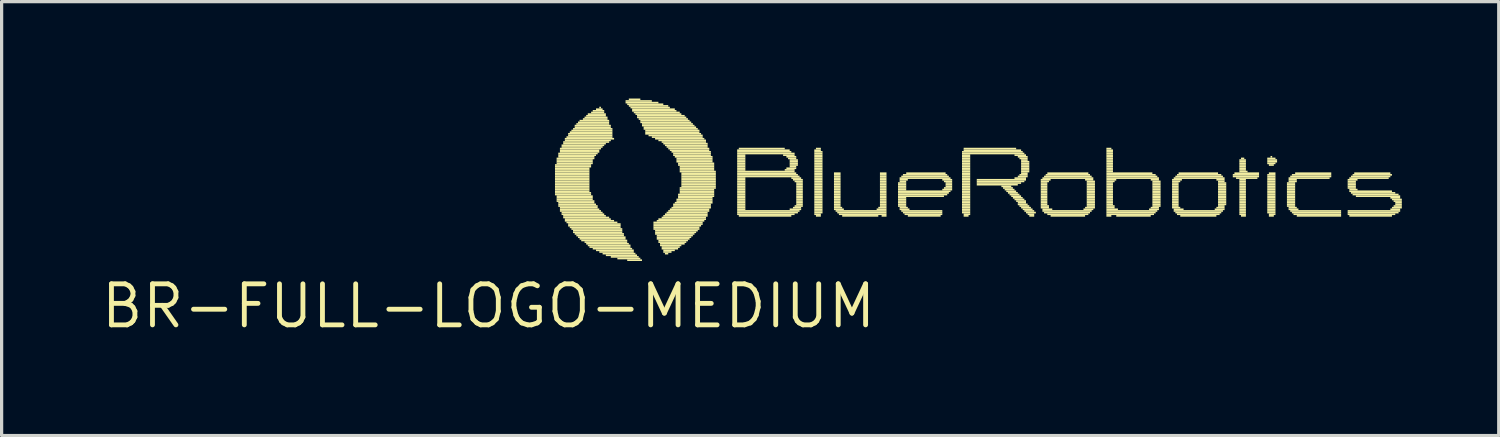
<source format=kicad_pcb>
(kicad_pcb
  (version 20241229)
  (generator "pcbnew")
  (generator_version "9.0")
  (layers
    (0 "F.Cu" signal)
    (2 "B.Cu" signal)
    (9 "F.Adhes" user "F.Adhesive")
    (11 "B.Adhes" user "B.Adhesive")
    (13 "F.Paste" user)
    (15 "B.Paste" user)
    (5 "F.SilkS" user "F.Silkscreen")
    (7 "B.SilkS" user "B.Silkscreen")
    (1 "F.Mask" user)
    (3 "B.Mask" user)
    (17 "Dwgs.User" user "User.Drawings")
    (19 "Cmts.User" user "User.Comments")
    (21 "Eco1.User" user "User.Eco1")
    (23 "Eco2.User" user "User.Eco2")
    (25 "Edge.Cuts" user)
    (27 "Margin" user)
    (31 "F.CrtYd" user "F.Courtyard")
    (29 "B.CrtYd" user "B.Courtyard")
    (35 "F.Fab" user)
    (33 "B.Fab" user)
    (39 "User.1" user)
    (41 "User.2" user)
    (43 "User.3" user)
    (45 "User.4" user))
  (footprint "BR-FULL-LOGO-MEDIUM"
    (layer "F.Cu")
    (at 12.072 6.426)
    (property "Reference" "BR-FULL-LOGO-MEDIUM" (at 0 0 0) (layer "F.SilkS") (effects (font (size 1.27 1.27) (thickness 0.15))))
    (fp_poly (pts (xy 2.057 -4.343) (xy 3.175 -4.343) (xy 3.175 -4.394) (xy 2.057 -4.394)) (stroke (width 0) (type default)) (fill yes) (layer "F.SilkS"))
    (fp_poly (pts (xy 2.057 -4.293) (xy 3.175 -4.293) (xy 3.175 -4.343) (xy 2.057 -4.343)) (stroke (width 0) (type default)) (fill yes) (layer "F.SilkS"))
    (fp_poly (pts (xy 2.057 -4.242) (xy 3.124 -4.242) (xy 3.124 -4.293) (xy 2.057 -4.293)) (stroke (width 0) (type default)) (fill yes) (layer "F.SilkS"))
    (fp_poly (pts (xy 2.057 -4.191) (xy 3.124 -4.191) (xy 3.124 -4.242) (xy 2.057 -4.242)) (stroke (width 0) (type default)) (fill yes) (layer "F.SilkS"))
    (fp_poly (pts (xy 2.057 -4.14) (xy 3.124 -4.14) (xy 3.124 -4.191) (xy 2.057 -4.191)) (stroke (width 0) (type default)) (fill yes) (layer "F.SilkS"))
    (fp_poly (pts (xy 2.057 -4.089) (xy 3.124 -4.089) (xy 3.124 -4.14) (xy 2.057 -4.14)) (stroke (width 0) (type default)) (fill yes) (layer "F.SilkS"))
    (fp_poly (pts (xy 2.057 -4.039) (xy 3.124 -4.039) (xy 3.124 -4.089) (xy 2.057 -4.089)) (stroke (width 0) (type default)) (fill yes) (layer "F.SilkS"))
    (fp_poly (pts (xy 2.057 -3.988) (xy 3.124 -3.988) (xy 3.124 -4.039) (xy 2.057 -4.039)) (stroke (width 0) (type default)) (fill yes) (layer "F.SilkS"))
    (fp_poly (pts (xy 2.057 -3.937) (xy 3.124 -3.937) (xy 3.124 -3.988) (xy 2.057 -3.988)) (stroke (width 0) (type default)) (fill yes) (layer "F.SilkS"))
    (fp_poly (pts (xy 2.057 -3.886) (xy 3.124 -3.886) (xy 3.124 -3.937) (xy 2.057 -3.937)) (stroke (width 0) (type default)) (fill yes) (layer "F.SilkS"))
    (fp_poly (pts (xy 2.057 -3.835) (xy 3.124 -3.835) (xy 3.124 -3.886) (xy 2.057 -3.886)) (stroke (width 0) (type default)) (fill yes) (layer "F.SilkS"))
    (fp_poly (pts (xy 2.057 -3.785) (xy 3.124 -3.785) (xy 3.124 -3.835) (xy 2.057 -3.835)) (stroke (width 0) (type default)) (fill yes) (layer "F.SilkS"))
    (fp_poly (pts (xy 2.057 -3.734) (xy 3.124 -3.734) (xy 3.124 -3.785) (xy 2.057 -3.785)) (stroke (width 0) (type default)) (fill yes) (layer "F.SilkS"))
    (fp_poly (pts (xy 2.057 -3.683) (xy 3.124 -3.683) (xy 3.124 -3.734) (xy 2.057 -3.734)) (stroke (width 0) (type default)) (fill yes) (layer "F.SilkS"))
    (fp_poly (pts (xy 2.057 -3.632) (xy 3.124 -3.632) (xy 3.124 -3.683) (xy 2.057 -3.683)) (stroke (width 0) (type default)) (fill yes) (layer "F.SilkS"))
    (fp_poly (pts (xy 2.057 -3.581) (xy 3.124 -3.581) (xy 3.124 -3.632) (xy 2.057 -3.632)) (stroke (width 0) (type default)) (fill yes) (layer "F.SilkS"))
    (fp_poly (pts (xy 2.057 -3.531) (xy 3.124 -3.531) (xy 3.124 -3.581) (xy 2.057 -3.581)) (stroke (width 0) (type default)) (fill yes) (layer "F.SilkS"))
    (fp_poly (pts (xy 2.057 -3.48) (xy 3.175 -3.48) (xy 3.175 -3.531) (xy 2.057 -3.531)) (stroke (width 0) (type default)) (fill yes) (layer "F.SilkS"))
    (fp_poly (pts (xy 2.057 -3.429) (xy 3.175 -3.429) (xy 3.175 -3.48) (xy 2.057 -3.48)) (stroke (width 0) (type default)) (fill yes) (layer "F.SilkS"))
    (fp_poly (pts (xy 2.108 -4.547) (xy 3.277 -4.547) (xy 3.277 -4.597) (xy 2.108 -4.597)) (stroke (width 0) (type default)) (fill yes) (layer "F.SilkS"))
    (fp_poly (pts (xy 2.108 -4.496) (xy 3.226 -4.496) (xy 3.226 -4.547) (xy 2.108 -4.547)) (stroke (width 0) (type default)) (fill yes) (layer "F.SilkS"))
    (fp_poly (pts (xy 2.108 -4.445) (xy 3.226 -4.445) (xy 3.226 -4.496) (xy 2.108 -4.496)) (stroke (width 0) (type default)) (fill yes) (layer "F.SilkS"))
    (fp_poly (pts (xy 2.108 -4.394) (xy 3.226 -4.394) (xy 3.226 -4.445) (xy 2.108 -4.445)) (stroke (width 0) (type default)) (fill yes) (layer "F.SilkS"))
    (fp_poly (pts (xy 2.108 -3.378) (xy 3.226 -3.378) (xy 3.226 -3.429) (xy 2.108 -3.429)) (stroke (width 0) (type default)) (fill yes) (layer "F.SilkS"))
    (fp_poly (pts (xy 2.108 -3.327) (xy 3.226 -3.327) (xy 3.226 -3.378) (xy 2.108 -3.378)) (stroke (width 0) (type default)) (fill yes) (layer "F.SilkS"))
    (fp_poly (pts (xy 2.108 -3.277) (xy 3.226 -3.277) (xy 3.226 -3.327) (xy 2.108 -3.327)) (stroke (width 0) (type default)) (fill yes) (layer "F.SilkS"))
    (fp_poly (pts (xy 2.108 -3.226) (xy 3.277 -3.226) (xy 3.277 -3.277) (xy 2.108 -3.277)) (stroke (width 0) (type default)) (fill yes) (layer "F.SilkS"))
    (fp_poly (pts (xy 2.159 -4.699) (xy 3.378 -4.699) (xy 3.378 -4.75) (xy 2.159 -4.75)) (stroke (width 0) (type default)) (fill yes) (layer "F.SilkS"))
    (fp_poly (pts (xy 2.159 -4.648) (xy 3.327 -4.648) (xy 3.327 -4.699) (xy 2.159 -4.699)) (stroke (width 0) (type default)) (fill yes) (layer "F.SilkS"))
    (fp_poly (pts (xy 2.159 -4.597) (xy 3.277 -4.597) (xy 3.277 -4.648) (xy 2.159 -4.648)) (stroke (width 0) (type default)) (fill yes) (layer "F.SilkS"))
    (fp_poly (pts (xy 2.159 -3.175) (xy 3.277 -3.175) (xy 3.277 -3.226) (xy 2.159 -3.226)) (stroke (width 0) (type default)) (fill yes) (layer "F.SilkS"))
    (fp_poly (pts (xy 2.159 -3.124) (xy 3.327 -3.124) (xy 3.327 -3.175) (xy 2.159 -3.175)) (stroke (width 0) (type default)) (fill yes) (layer "F.SilkS"))
    (fp_poly (pts (xy 2.159 -3.073) (xy 3.378 -3.073) (xy 3.378 -3.124) (xy 2.159 -3.124)) (stroke (width 0) (type default)) (fill yes) (layer "F.SilkS"))
    (fp_poly (pts (xy 2.21 -4.851) (xy 3.48 -4.851) (xy 3.48 -4.902) (xy 2.21 -4.902)) (stroke (width 0) (type default)) (fill yes) (layer "F.SilkS"))
    (fp_poly (pts (xy 2.21 -4.801) (xy 3.429 -4.801) (xy 3.429 -4.851) (xy 2.21 -4.851)) (stroke (width 0) (type default)) (fill yes) (layer "F.SilkS"))
    (fp_poly (pts (xy 2.21 -4.75) (xy 3.429 -4.75) (xy 3.429 -4.801) (xy 2.21 -4.801)) (stroke (width 0) (type default)) (fill yes) (layer "F.SilkS"))
    (fp_poly (pts (xy 2.21 -3.023) (xy 3.378 -3.023) (xy 3.378 -3.073) (xy 2.21 -3.073)) (stroke (width 0) (type default)) (fill yes) (layer "F.SilkS"))
    (fp_poly (pts (xy 2.21 -2.972) (xy 3.429 -2.972) (xy 3.429 -3.023) (xy 2.21 -3.023)) (stroke (width 0) (type default)) (fill yes) (layer "F.SilkS"))
    (fp_poly (pts (xy 2.21 -2.921) (xy 3.48 -2.921) (xy 3.48 -2.972) (xy 2.21 -2.972)) (stroke (width 0) (type default)) (fill yes) (layer "F.SilkS"))
    (fp_poly (pts (xy 2.261 -4.953) (xy 3.581 -4.953) (xy 3.581 -5.004) (xy 2.261 -5.004)) (stroke (width 0) (type default)) (fill yes) (layer "F.SilkS"))
    (fp_poly (pts (xy 2.261 -4.902) (xy 3.531 -4.902) (xy 3.531 -4.953) (xy 2.261 -4.953)) (stroke (width 0) (type default)) (fill yes) (layer "F.SilkS"))
    (fp_poly (pts (xy 2.261 -2.87) (xy 3.531 -2.87) (xy 3.531 -2.921) (xy 2.261 -2.921)) (stroke (width 0) (type default)) (fill yes) (layer "F.SilkS"))
    (fp_poly (pts (xy 2.261 -2.819) (xy 3.581 -2.819) (xy 3.581 -2.87) (xy 2.261 -2.87)) (stroke (width 0) (type default)) (fill yes) (layer "F.SilkS"))
    (fp_poly (pts (xy 2.311 -5.055) (xy 3.734 -5.055) (xy 3.734 -5.105) (xy 2.311 -5.105)) (stroke (width 0) (type default)) (fill yes) (layer "F.SilkS"))
    (fp_poly (pts (xy 2.311 -5.004) (xy 3.632 -5.004) (xy 3.632 -5.055) (xy 2.311 -5.055)) (stroke (width 0) (type default)) (fill yes) (layer "F.SilkS"))
    (fp_poly (pts (xy 2.311 -2.769) (xy 3.632 -2.769) (xy 3.632 -2.819) (xy 2.311 -2.819)) (stroke (width 0) (type default)) (fill yes) (layer "F.SilkS"))
    (fp_poly (pts (xy 2.311 -2.718) (xy 3.734 -2.718) (xy 3.734 -2.769) (xy 2.311 -2.769)) (stroke (width 0) (type default)) (fill yes) (layer "F.SilkS"))
    (fp_poly (pts (xy 2.362 -5.156) (xy 3.886 -5.156) (xy 3.886 -5.207) (xy 2.362 -5.207)) (stroke (width 0) (type default)) (fill yes) (layer "F.SilkS"))
    (fp_poly (pts (xy 2.362 -5.105) (xy 3.785 -5.105) (xy 3.785 -5.156) (xy 2.362 -5.156)) (stroke (width 0) (type default)) (fill yes) (layer "F.SilkS"))
    (fp_poly (pts (xy 2.362 -2.667) (xy 3.785 -2.667) (xy 3.785 -2.718) (xy 2.362 -2.718)) (stroke (width 0) (type default)) (fill yes) (layer "F.SilkS"))
    (fp_poly (pts (xy 2.362 -2.616) (xy 3.886 -2.616) (xy 3.886 -2.667) (xy 2.362 -2.667)) (stroke (width 0) (type default)) (fill yes) (layer "F.SilkS"))
    (fp_poly (pts (xy 2.413 -5.207) (xy 3.835 -5.207) (xy 3.835 -5.258) (xy 2.413 -5.258)) (stroke (width 0) (type default)) (fill yes) (layer "F.SilkS"))
    (fp_poly (pts (xy 2.413 -2.565) (xy 3.988 -2.565) (xy 3.988 -2.616) (xy 2.413 -2.616)) (stroke (width 0) (type default)) (fill yes) (layer "F.SilkS"))
    (fp_poly (pts (xy 2.464 -5.309) (xy 3.835 -5.309) (xy 3.835 -5.359) (xy 2.464 -5.359)) (stroke (width 0) (type default)) (fill yes) (layer "F.SilkS"))
    (fp_poly (pts (xy 2.464 -5.258) (xy 3.835 -5.258) (xy 3.835 -5.309) (xy 2.464 -5.309)) (stroke (width 0) (type default)) (fill yes) (layer "F.SilkS"))
    (fp_poly (pts (xy 2.464 -2.515) (xy 4.089 -2.515) (xy 4.089 -2.565) (xy 2.464 -2.565)) (stroke (width 0) (type default)) (fill yes) (layer "F.SilkS"))
    (fp_poly (pts (xy 2.464 -2.464) (xy 4.089 -2.464) (xy 4.089 -2.515) (xy 2.464 -2.515)) (stroke (width 0) (type default)) (fill yes) (layer "F.SilkS"))
    (fp_poly (pts (xy 2.515 -5.359) (xy 3.835 -5.359) (xy 3.835 -5.41) (xy 2.515 -5.41)) (stroke (width 0) (type default)) (fill yes) (layer "F.SilkS"))
    (fp_poly (pts (xy 2.515 -2.413) (xy 4.089 -2.413) (xy 4.089 -2.464) (xy 2.515 -2.464)) (stroke (width 0) (type default)) (fill yes) (layer "F.SilkS"))
    (fp_poly (pts (xy 2.565 -5.41) (xy 3.835 -5.41) (xy 3.835 -5.461) (xy 2.565 -5.461)) (stroke (width 0) (type default)) (fill yes) (layer "F.SilkS"))
    (fp_poly (pts (xy 2.565 -2.362) (xy 4.14 -2.362) (xy 4.14 -2.413) (xy 2.565 -2.413)) (stroke (width 0) (type default)) (fill yes) (layer "F.SilkS"))
    (fp_poly (pts (xy 2.616 -5.461) (xy 3.835 -5.461) (xy 3.835 -5.512) (xy 2.616 -5.512)) (stroke (width 0) (type default)) (fill yes) (layer "F.SilkS"))
    (fp_poly (pts (xy 2.616 -2.311) (xy 4.14 -2.311) (xy 4.14 -2.362) (xy 2.616 -2.362)) (stroke (width 0) (type default)) (fill yes) (layer "F.SilkS"))
    (fp_poly (pts (xy 2.616 -2.261) (xy 4.14 -2.261) (xy 4.14 -2.311) (xy 2.616 -2.311)) (stroke (width 0) (type default)) (fill yes) (layer "F.SilkS"))
    (fp_poly (pts (xy 2.667 -5.563) (xy 3.785 -5.563) (xy 3.785 -5.613) (xy 2.667 -5.613)) (stroke (width 0) (type default)) (fill yes) (layer "F.SilkS"))
    (fp_poly (pts (xy 2.667 -5.512) (xy 3.785 -5.512) (xy 3.785 -5.563) (xy 2.667 -5.563)) (stroke (width 0) (type default)) (fill yes) (layer "F.SilkS"))
    (fp_poly (pts (xy 2.667 -2.21) (xy 4.191 -2.21) (xy 4.191 -2.261) (xy 2.667 -2.261)) (stroke (width 0) (type default)) (fill yes) (layer "F.SilkS"))
    (fp_poly (pts (xy 2.718 -5.613) (xy 3.734 -5.613) (xy 3.734 -5.664) (xy 2.718 -5.664)) (stroke (width 0) (type default)) (fill yes) (layer "F.SilkS"))
    (fp_poly (pts (xy 2.718 -2.159) (xy 4.191 -2.159) (xy 4.191 -2.21) (xy 2.718 -2.21)) (stroke (width 0) (type default)) (fill yes) (layer "F.SilkS"))
    (fp_poly (pts (xy 2.769 -5.664) (xy 3.734 -5.664) (xy 3.734 -5.715) (xy 2.769 -5.715)) (stroke (width 0) (type default)) (fill yes) (layer "F.SilkS"))
    (fp_poly (pts (xy 2.769 -2.108) (xy 4.242 -2.108) (xy 4.242 -2.159) (xy 2.769 -2.159)) (stroke (width 0) (type default)) (fill yes) (layer "F.SilkS"))
    (fp_poly (pts (xy 2.819 -5.715) (xy 3.734 -5.715) (xy 3.734 -5.766) (xy 2.819 -5.766)) (stroke (width 0) (type default)) (fill yes) (layer "F.SilkS"))
    (fp_poly (pts (xy 2.819 -2.057) (xy 4.242 -2.057) (xy 4.242 -2.108) (xy 2.819 -2.108)) (stroke (width 0) (type default)) (fill yes) (layer "F.SilkS"))
    (fp_poly (pts (xy 2.87 -2.007) (xy 4.293 -2.007) (xy 4.293 -2.057) (xy 2.87 -2.057)) (stroke (width 0) (type default)) (fill yes) (layer "F.SilkS"))
    (fp_poly (pts (xy 2.921 -5.766) (xy 3.683 -5.766) (xy 3.683 -5.817) (xy 2.921 -5.817)) (stroke (width 0) (type default)) (fill yes) (layer "F.SilkS"))
    (fp_poly (pts (xy 2.972 -5.817) (xy 3.683 -5.817) (xy 3.683 -5.867) (xy 2.972 -5.867)) (stroke (width 0) (type default)) (fill yes) (layer "F.SilkS"))
    (fp_poly (pts (xy 2.972 -1.956) (xy 4.293 -1.956) (xy 4.293 -2.007) (xy 2.972 -2.007)) (stroke (width 0) (type default)) (fill yes) (layer "F.SilkS"))
    (fp_poly (pts (xy 3.023 -5.867) (xy 3.632 -5.867) (xy 3.632 -5.918) (xy 3.023 -5.918)) (stroke (width 0) (type default)) (fill yes) (layer "F.SilkS"))
    (fp_poly (pts (xy 3.023 -1.905) (xy 4.343 -1.905) (xy 4.343 -1.956) (xy 3.023 -1.956)) (stroke (width 0) (type default)) (fill yes) (layer "F.SilkS"))
    (fp_poly (pts (xy 3.073 -5.918) (xy 3.632 -5.918) (xy 3.632 -5.969) (xy 3.073 -5.969)) (stroke (width 0) (type default)) (fill yes) (layer "F.SilkS"))
    (fp_poly (pts (xy 3.073 -1.854) (xy 4.394 -1.854) (xy 4.394 -1.905) (xy 3.073 -1.905)) (stroke (width 0) (type default)) (fill yes) (layer "F.SilkS"))
    (fp_poly (pts (xy 3.124 -1.803) (xy 4.394 -1.803) (xy 4.394 -1.854) (xy 3.124 -1.854)) (stroke (width 0) (type default)) (fill yes) (layer "F.SilkS"))
    (fp_poly (pts (xy 3.175 -5.969) (xy 3.581 -5.969) (xy 3.581 -6.02) (xy 3.175 -6.02)) (stroke (width 0) (type default)) (fill yes) (layer "F.SilkS"))
    (fp_poly (pts (xy 3.226 -6.02) (xy 3.581 -6.02) (xy 3.581 -6.071) (xy 3.226 -6.071)) (stroke (width 0) (type default)) (fill yes) (layer "F.SilkS"))
    (fp_poly (pts (xy 3.226 -1.753) (xy 4.445 -1.753) (xy 4.445 -1.803) (xy 3.226 -1.803)) (stroke (width 0) (type default)) (fill yes) (layer "F.SilkS"))
    (fp_poly (pts (xy 3.327 -6.071) (xy 3.531 -6.071) (xy 3.531 -6.121) (xy 3.327 -6.121)) (stroke (width 0) (type default)) (fill yes) (layer "F.SilkS"))
    (fp_poly (pts (xy 3.327 -1.702) (xy 4.496 -1.702) (xy 4.496 -1.753) (xy 3.327 -1.753)) (stroke (width 0) (type default)) (fill yes) (layer "F.SilkS"))
    (fp_poly (pts (xy 3.429 -6.121) (xy 3.48 -6.121) (xy 3.48 -6.172) (xy 3.429 -6.172)) (stroke (width 0) (type default)) (fill yes) (layer "F.SilkS"))
    (fp_poly (pts (xy 3.429 -1.651) (xy 4.496 -1.651) (xy 4.496 -1.702) (xy 3.429 -1.702)) (stroke (width 0) (type default)) (fill yes) (layer "F.SilkS"))
    (fp_poly (pts (xy 3.531 -1.6) (xy 4.547 -1.6) (xy 4.547 -1.651) (xy 3.531 -1.651)) (stroke (width 0) (type default)) (fill yes) (layer "F.SilkS"))
    (fp_poly (pts (xy 3.632 -1.549) (xy 4.597 -1.549) (xy 4.597 -1.6) (xy 3.632 -1.6)) (stroke (width 0) (type default)) (fill yes) (layer "F.SilkS"))
    (fp_poly (pts (xy 3.785 -1.499) (xy 4.648 -1.499) (xy 4.648 -1.549) (xy 3.785 -1.549)) (stroke (width 0) (type default)) (fill yes) (layer "F.SilkS"))
    (fp_poly (pts (xy 3.988 -1.448) (xy 4.699 -1.448) (xy 4.699 -1.499) (xy 3.988 -1.499)) (stroke (width 0) (type default)) (fill yes) (layer "F.SilkS"))
    (fp_poly (pts (xy 4.242 -6.325) (xy 5.055 -6.325) (xy 5.055 -6.375) (xy 4.242 -6.375)) (stroke (width 0) (type default)) (fill yes) (layer "F.SilkS"))
    (fp_poly (pts (xy 4.242 -6.274) (xy 5.258 -6.274) (xy 5.258 -6.325) (xy 4.242 -6.325)) (stroke (width 0) (type default)) (fill yes) (layer "F.SilkS"))
    (fp_poly (pts (xy 4.293 -6.223) (xy 5.41 -6.223) (xy 5.41 -6.274) (xy 4.293 -6.274)) (stroke (width 0) (type default)) (fill yes) (layer "F.SilkS"))
    (fp_poly (pts (xy 4.293 -1.397) (xy 4.75 -1.397) (xy 4.75 -1.448) (xy 4.293 -1.448)) (stroke (width 0) (type default)) (fill yes) (layer "F.SilkS"))
    (fp_poly (pts (xy 4.343 -6.375) (xy 4.699 -6.375) (xy 4.699 -6.426) (xy 4.343 -6.426)) (stroke (width 0) (type default)) (fill yes) (layer "F.SilkS"))
    (fp_poly (pts (xy 4.343 -6.172) (xy 5.563 -6.172) (xy 5.563 -6.223) (xy 4.343 -6.223)) (stroke (width 0) (type default)) (fill yes) (layer "F.SilkS"))
    (fp_poly (pts (xy 4.394 -6.121) (xy 5.613 -6.121) (xy 5.613 -6.172) (xy 4.394 -6.172)) (stroke (width 0) (type default)) (fill yes) (layer "F.SilkS"))
    (fp_poly (pts (xy 4.445 -6.071) (xy 5.766 -6.071) (xy 5.766 -6.121) (xy 4.445 -6.121)) (stroke (width 0) (type default)) (fill yes) (layer "F.SilkS"))
    (fp_poly (pts (xy 4.445 -6.02) (xy 5.817 -6.02) (xy 5.817 -6.071) (xy 4.445 -6.071)) (stroke (width 0) (type default)) (fill yes) (layer "F.SilkS"))
    (fp_poly (pts (xy 4.496 -5.969) (xy 5.918 -5.969) (xy 5.918 -6.02) (xy 4.496 -6.02)) (stroke (width 0) (type default)) (fill yes) (layer "F.SilkS"))
    (fp_poly (pts (xy 4.547 -5.918) (xy 5.969 -5.918) (xy 5.969 -5.969) (xy 4.547 -5.969)) (stroke (width 0) (type default)) (fill yes) (layer "F.SilkS"))
    (fp_poly (pts (xy 4.597 -5.867) (xy 6.071 -5.867) (xy 6.071 -5.918) (xy 4.597 -5.918)) (stroke (width 0) (type default)) (fill yes) (layer "F.SilkS"))
    (fp_poly (pts (xy 4.597 -5.817) (xy 6.121 -5.817) (xy 6.121 -5.867) (xy 4.597 -5.867)) (stroke (width 0) (type default)) (fill yes) (layer "F.SilkS"))
    (fp_poly (pts (xy 4.648 -5.766) (xy 6.172 -5.766) (xy 6.172 -5.817) (xy 4.648 -5.817)) (stroke (width 0) (type default)) (fill yes) (layer "F.SilkS"))
    (fp_poly (pts (xy 4.699 -5.715) (xy 6.223 -5.715) (xy 6.223 -5.766) (xy 4.699 -5.766)) (stroke (width 0) (type default)) (fill yes) (layer "F.SilkS"))
    (fp_poly (pts (xy 4.699 -5.664) (xy 6.274 -5.664) (xy 6.274 -5.715) (xy 4.699 -5.715)) (stroke (width 0) (type default)) (fill yes) (layer "F.SilkS"))
    (fp_poly (pts (xy 4.75 -5.613) (xy 6.325 -5.613) (xy 6.325 -5.664) (xy 4.75 -5.664)) (stroke (width 0) (type default)) (fill yes) (layer "F.SilkS"))
    (fp_poly (pts (xy 4.75 -5.563) (xy 6.375 -5.563) (xy 6.375 -5.613) (xy 4.75 -5.613)) (stroke (width 0) (type default)) (fill yes) (layer "F.SilkS"))
    (fp_poly (pts (xy 4.801 -5.512) (xy 6.426 -5.512) (xy 6.426 -5.563) (xy 4.801 -5.563)) (stroke (width 0) (type default)) (fill yes) (layer "F.SilkS"))
    (fp_poly (pts (xy 4.801 -5.461) (xy 6.477 -5.461) (xy 6.477 -5.512) (xy 4.801 -5.512)) (stroke (width 0) (type default)) (fill yes) (layer "F.SilkS"))
    (fp_poly (pts (xy 4.851 -5.41) (xy 6.528 -5.41) (xy 6.528 -5.461) (xy 4.851 -5.461)) (stroke (width 0) (type default)) (fill yes) (layer "F.SilkS"))
    (fp_poly (pts (xy 4.851 -5.359) (xy 6.528 -5.359) (xy 6.528 -5.41) (xy 4.851 -5.41)) (stroke (width 0) (type default)) (fill yes) (layer "F.SilkS"))
    (fp_poly (pts (xy 4.851 -5.309) (xy 6.579 -5.309) (xy 6.579 -5.359) (xy 4.851 -5.359)) (stroke (width 0) (type default)) (fill yes) (layer "F.SilkS"))
    (fp_poly (pts (xy 4.953 -5.258) (xy 6.629 -5.258) (xy 6.629 -5.309) (xy 4.953 -5.309)) (stroke (width 0) (type default)) (fill yes) (layer "F.SilkS"))
    (fp_poly (pts (xy 5.055 -5.207) (xy 6.629 -5.207) (xy 6.629 -5.258) (xy 5.055 -5.258)) (stroke (width 0) (type default)) (fill yes) (layer "F.SilkS"))
    (fp_poly (pts (xy 5.105 -2.565) (xy 6.629 -2.565) (xy 6.629 -2.616) (xy 5.105 -2.616)) (stroke (width 0) (type default)) (fill yes) (layer "F.SilkS"))
    (fp_poly (pts (xy 5.105 -2.515) (xy 6.629 -2.515) (xy 6.629 -2.565) (xy 5.105 -2.565)) (stroke (width 0) (type default)) (fill yes) (layer "F.SilkS"))
    (fp_poly (pts (xy 5.105 -2.464) (xy 6.579 -2.464) (xy 6.579 -2.515) (xy 5.105 -2.515)) (stroke (width 0) (type default)) (fill yes) (layer "F.SilkS"))
    (fp_poly (pts (xy 5.105 -2.413) (xy 6.528 -2.413) (xy 6.528 -2.464) (xy 5.105 -2.464)) (stroke (width 0) (type default)) (fill yes) (layer "F.SilkS"))
    (fp_poly (pts (xy 5.105 -2.362) (xy 6.528 -2.362) (xy 6.528 -2.413) (xy 5.105 -2.413)) (stroke (width 0) (type default)) (fill yes) (layer "F.SilkS"))
    (fp_poly (pts (xy 5.156 -5.156) (xy 6.68 -5.156) (xy 6.68 -5.207) (xy 5.156 -5.207)) (stroke (width 0) (type default)) (fill yes) (layer "F.SilkS"))
    (fp_poly (pts (xy 5.156 -2.311) (xy 6.477 -2.311) (xy 6.477 -2.362) (xy 5.156 -2.362)) (stroke (width 0) (type default)) (fill yes) (layer "F.SilkS"))
    (fp_poly (pts (xy 5.156 -2.261) (xy 6.426 -2.261) (xy 6.426 -2.311) (xy 5.156 -2.311)) (stroke (width 0) (type default)) (fill yes) (layer "F.SilkS"))
    (fp_poly (pts (xy 5.156 -2.21) (xy 6.375 -2.21) (xy 6.375 -2.261) (xy 5.156 -2.261)) (stroke (width 0) (type default)) (fill yes) (layer "F.SilkS"))
    (fp_poly (pts (xy 5.207 -2.616) (xy 6.68 -2.616) (xy 6.68 -2.667) (xy 5.207 -2.667)) (stroke (width 0) (type default)) (fill yes) (layer "F.SilkS"))
    (fp_poly (pts (xy 5.207 -2.159) (xy 6.325 -2.159) (xy 6.325 -2.21) (xy 5.207 -2.21)) (stroke (width 0) (type default)) (fill yes) (layer "F.SilkS"))
    (fp_poly (pts (xy 5.207 -2.108) (xy 6.274 -2.108) (xy 6.274 -2.159) (xy 5.207 -2.159)) (stroke (width 0) (type default)) (fill yes) (layer "F.SilkS"))
    (fp_poly (pts (xy 5.207 -2.057) (xy 6.223 -2.057) (xy 6.223 -2.108) (xy 5.207 -2.108)) (stroke (width 0) (type default)) (fill yes) (layer "F.SilkS"))
    (fp_poly (pts (xy 5.258 -5.105) (xy 6.731 -5.105) (xy 6.731 -5.156) (xy 5.258 -5.156)) (stroke (width 0) (type default)) (fill yes) (layer "F.SilkS"))
    (fp_poly (pts (xy 5.258 -2.667) (xy 6.731 -2.667) (xy 6.731 -2.718) (xy 5.258 -2.718)) (stroke (width 0) (type default)) (fill yes) (layer "F.SilkS"))
    (fp_poly (pts (xy 5.258 -2.007) (xy 6.172 -2.007) (xy 6.172 -2.057) (xy 5.258 -2.057)) (stroke (width 0) (type default)) (fill yes) (layer "F.SilkS"))
    (fp_poly (pts (xy 5.258 -1.956) (xy 6.121 -1.956) (xy 6.121 -2.007) (xy 5.258 -2.007)) (stroke (width 0) (type default)) (fill yes) (layer "F.SilkS"))
    (fp_poly (pts (xy 5.309 -1.905) (xy 6.071 -1.905) (xy 6.071 -1.956) (xy 5.309 -1.956)) (stroke (width 0) (type default)) (fill yes) (layer "F.SilkS"))
    (fp_poly (pts (xy 5.309 -1.854) (xy 5.969 -1.854) (xy 5.969 -1.905) (xy 5.309 -1.905)) (stroke (width 0) (type default)) (fill yes) (layer "F.SilkS"))
    (fp_poly (pts (xy 5.359 -5.055) (xy 6.731 -5.055) (xy 6.731 -5.105) (xy 5.359 -5.105)) (stroke (width 0) (type default)) (fill yes) (layer "F.SilkS"))
    (fp_poly (pts (xy 5.359 -2.718) (xy 6.731 -2.718) (xy 6.731 -2.769) (xy 5.359 -2.769)) (stroke (width 0) (type default)) (fill yes) (layer "F.SilkS"))
    (fp_poly (pts (xy 5.359 -1.803) (xy 5.918 -1.803) (xy 5.918 -1.854) (xy 5.359 -1.854)) (stroke (width 0) (type default)) (fill yes) (layer "F.SilkS"))
    (fp_poly (pts (xy 5.359 -1.753) (xy 5.867 -1.753) (xy 5.867 -1.803) (xy 5.359 -1.803)) (stroke (width 0) (type default)) (fill yes) (layer "F.SilkS"))
    (fp_poly (pts (xy 5.41 -5.004) (xy 6.782 -5.004) (xy 6.782 -5.055) (xy 5.41 -5.055)) (stroke (width 0) (type default)) (fill yes) (layer "F.SilkS"))
    (fp_poly (pts (xy 5.41 -2.769) (xy 6.782 -2.769) (xy 6.782 -2.819) (xy 5.41 -2.819)) (stroke (width 0) (type default)) (fill yes) (layer "F.SilkS"))
    (fp_poly (pts (xy 5.41 -1.702) (xy 5.766 -1.702) (xy 5.766 -1.753) (xy 5.41 -1.753)) (stroke (width 0) (type default)) (fill yes) (layer "F.SilkS"))
    (fp_poly (pts (xy 5.41 -1.651) (xy 5.664 -1.651) (xy 5.664 -1.702) (xy 5.41 -1.702)) (stroke (width 0) (type default)) (fill yes) (layer "F.SilkS"))
    (fp_poly (pts (xy 5.461 -4.953) (xy 6.782 -4.953) (xy 6.782 -5.004) (xy 5.461 -5.004)) (stroke (width 0) (type default)) (fill yes) (layer "F.SilkS"))
    (fp_poly (pts (xy 5.461 -2.819) (xy 6.782 -2.819) (xy 6.782 -2.87) (xy 5.461 -2.87)) (stroke (width 0) (type default)) (fill yes) (layer "F.SilkS"))
    (fp_poly (pts (xy 5.461 -1.6) (xy 5.563 -1.6) (xy 5.563 -1.651) (xy 5.461 -1.651)) (stroke (width 0) (type default)) (fill yes) (layer "F.SilkS"))
    (fp_poly (pts (xy 5.512 -4.902) (xy 6.782 -4.902) (xy 6.782 -4.953) (xy 5.512 -4.953)) (stroke (width 0) (type default)) (fill yes) (layer "F.SilkS"))
    (fp_poly (pts (xy 5.512 -2.87) (xy 6.782 -2.87) (xy 6.782 -2.921) (xy 5.512 -2.921)) (stroke (width 0) (type default)) (fill yes) (layer "F.SilkS"))
    (fp_poly (pts (xy 5.563 -4.851) (xy 6.833 -4.851) (xy 6.833 -4.902) (xy 5.563 -4.902)) (stroke (width 0) (type default)) (fill yes) (layer "F.SilkS"))
    (fp_poly (pts (xy 5.563 -2.921) (xy 6.833 -2.921) (xy 6.833 -2.972) (xy 5.563 -2.972)) (stroke (width 0) (type default)) (fill yes) (layer "F.SilkS"))
    (fp_poly (pts (xy 5.613 -4.801) (xy 6.833 -4.801) (xy 6.833 -4.851) (xy 5.613 -4.851)) (stroke (width 0) (type default)) (fill yes) (layer "F.SilkS"))
    (fp_poly (pts (xy 5.613 -2.972) (xy 6.833 -2.972) (xy 6.833 -3.023) (xy 5.613 -3.023)) (stroke (width 0) (type default)) (fill yes) (layer "F.SilkS"))
    (fp_poly (pts (xy 5.664 -4.75) (xy 6.883 -4.75) (xy 6.883 -4.801) (xy 5.664 -4.801)) (stroke (width 0) (type default)) (fill yes) (layer "F.SilkS"))
    (fp_poly (pts (xy 5.664 -3.023) (xy 6.883 -3.023) (xy 6.883 -3.073) (xy 5.664 -3.073)) (stroke (width 0) (type default)) (fill yes) (layer "F.SilkS"))
    (fp_poly (pts (xy 5.715 -4.699) (xy 6.883 -4.699) (xy 6.883 -4.75) (xy 5.715 -4.75)) (stroke (width 0) (type default)) (fill yes) (layer "F.SilkS"))
    (fp_poly (pts (xy 5.715 -4.648) (xy 6.883 -4.648) (xy 6.883 -4.699) (xy 5.715 -4.699)) (stroke (width 0) (type default)) (fill yes) (layer "F.SilkS"))
    (fp_poly (pts (xy 5.715 -3.124) (xy 6.883 -3.124) (xy 6.883 -3.175) (xy 5.715 -3.175)) (stroke (width 0) (type default)) (fill yes) (layer "F.SilkS"))
    (fp_poly (pts (xy 5.715 -3.073) (xy 6.883 -3.073) (xy 6.883 -3.124) (xy 5.715 -3.124)) (stroke (width 0) (type default)) (fill yes) (layer "F.SilkS"))
    (fp_poly (pts (xy 5.766 -4.597) (xy 6.934 -4.597) (xy 6.934 -4.648) (xy 5.766 -4.648)) (stroke (width 0) (type default)) (fill yes) (layer "F.SilkS"))
    (fp_poly (pts (xy 5.766 -3.175) (xy 6.934 -3.175) (xy 6.934 -3.226) (xy 5.766 -3.226)) (stroke (width 0) (type default)) (fill yes) (layer "F.SilkS"))
    (fp_poly (pts (xy 5.817 -4.547) (xy 6.934 -4.547) (xy 6.934 -4.597) (xy 5.817 -4.597)) (stroke (width 0) (type default)) (fill yes) (layer "F.SilkS"))
    (fp_poly (pts (xy 5.817 -4.496) (xy 6.934 -4.496) (xy 6.934 -4.547) (xy 5.817 -4.547)) (stroke (width 0) (type default)) (fill yes) (layer "F.SilkS"))
    (fp_poly (pts (xy 5.817 -4.445) (xy 6.934 -4.445) (xy 6.934 -4.496) (xy 5.817 -4.496)) (stroke (width 0) (type default)) (fill yes) (layer "F.SilkS"))
    (fp_poly (pts (xy 5.817 -3.277) (xy 6.934 -3.277) (xy 6.934 -3.327) (xy 5.817 -3.327)) (stroke (width 0) (type default)) (fill yes) (layer "F.SilkS"))
    (fp_poly (pts (xy 5.817 -3.226) (xy 6.934 -3.226) (xy 6.934 -3.277) (xy 5.817 -3.277)) (stroke (width 0) (type default)) (fill yes) (layer "F.SilkS"))
    (fp_poly (pts (xy 5.867 -4.394) (xy 6.985 -4.394) (xy 6.985 -4.445) (xy 5.867 -4.445)) (stroke (width 0) (type default)) (fill yes) (layer "F.SilkS"))
    (fp_poly (pts (xy 5.867 -4.343) (xy 6.985 -4.343) (xy 6.985 -4.394) (xy 5.867 -4.394)) (stroke (width 0) (type default)) (fill yes) (layer "F.SilkS"))
    (fp_poly (pts (xy 5.867 -3.429) (xy 6.985 -3.429) (xy 6.985 -3.48) (xy 5.867 -3.48)) (stroke (width 0) (type default)) (fill yes) (layer "F.SilkS"))
    (fp_poly (pts (xy 5.867 -3.378) (xy 6.985 -3.378) (xy 6.985 -3.429) (xy 5.867 -3.429)) (stroke (width 0) (type default)) (fill yes) (layer "F.SilkS"))
    (fp_poly (pts (xy 5.867 -3.327) (xy 6.934 -3.327) (xy 6.934 -3.378) (xy 5.867 -3.378)) (stroke (width 0) (type default)) (fill yes) (layer "F.SilkS"))
    (fp_poly (pts (xy 5.918 -4.293) (xy 6.985 -4.293) (xy 6.985 -4.343) (xy 5.918 -4.343)) (stroke (width 0) (type default)) (fill yes) (layer "F.SilkS"))
    (fp_poly (pts (xy 5.918 -4.242) (xy 6.985 -4.242) (xy 6.985 -4.293) (xy 5.918 -4.293)) (stroke (width 0) (type default)) (fill yes) (layer "F.SilkS"))
    (fp_poly (pts (xy 5.918 -4.191) (xy 6.985 -4.191) (xy 6.985 -4.242) (xy 5.918 -4.242)) (stroke (width 0) (type default)) (fill yes) (layer "F.SilkS"))
    (fp_poly (pts (xy 5.918 -4.14) (xy 7.036 -4.14) (xy 7.036 -4.191) (xy 5.918 -4.191)) (stroke (width 0) (type default)) (fill yes) (layer "F.SilkS"))
    (fp_poly (pts (xy 5.918 -3.632) (xy 7.036 -3.632) (xy 7.036 -3.683) (xy 5.918 -3.683)) (stroke (width 0) (type default)) (fill yes) (layer "F.SilkS"))
    (fp_poly (pts (xy 5.918 -3.581) (xy 6.985 -3.581) (xy 6.985 -3.632) (xy 5.918 -3.632)) (stroke (width 0) (type default)) (fill yes) (layer "F.SilkS"))
    (fp_poly (pts (xy 5.918 -3.531) (xy 6.985 -3.531) (xy 6.985 -3.581) (xy 5.918 -3.581)) (stroke (width 0) (type default)) (fill yes) (layer "F.SilkS"))
    (fp_poly (pts (xy 5.918 -3.48) (xy 6.985 -3.48) (xy 6.985 -3.531) (xy 5.918 -3.531)) (stroke (width 0) (type default)) (fill yes) (layer "F.SilkS"))
    (fp_poly (pts (xy 5.969 -4.089) (xy 7.036 -4.089) (xy 7.036 -4.14) (xy 5.969 -4.14)) (stroke (width 0) (type default)) (fill yes) (layer "F.SilkS"))
    (fp_poly (pts (xy 5.969 -4.039) (xy 7.036 -4.039) (xy 7.036 -4.089) (xy 5.969 -4.089)) (stroke (width 0) (type default)) (fill yes) (layer "F.SilkS"))
    (fp_poly (pts (xy 5.969 -3.988) (xy 7.036 -3.988) (xy 7.036 -4.039) (xy 5.969 -4.039)) (stroke (width 0) (type default)) (fill yes) (layer "F.SilkS"))
    (fp_poly (pts (xy 5.969 -3.937) (xy 7.036 -3.937) (xy 7.036 -3.988) (xy 5.969 -3.988)) (stroke (width 0) (type default)) (fill yes) (layer "F.SilkS"))
    (fp_poly (pts (xy 5.969 -3.886) (xy 7.036 -3.886) (xy 7.036 -3.937) (xy 5.969 -3.937)) (stroke (width 0) (type default)) (fill yes) (layer "F.SilkS"))
    (fp_poly (pts (xy 5.969 -3.835) (xy 7.036 -3.835) (xy 7.036 -3.886) (xy 5.969 -3.886)) (stroke (width 0) (type default)) (fill yes) (layer "F.SilkS"))
    (fp_poly (pts (xy 5.969 -3.785) (xy 7.036 -3.785) (xy 7.036 -3.835) (xy 5.969 -3.835)) (stroke (width 0) (type default)) (fill yes) (layer "F.SilkS"))
    (fp_poly (pts (xy 5.969 -3.734) (xy 7.036 -3.734) (xy 7.036 -3.785) (xy 5.969 -3.785)) (stroke (width 0) (type default)) (fill yes) (layer "F.SilkS"))
    (fp_poly (pts (xy 5.969 -3.683) (xy 7.036 -3.683) (xy 7.036 -3.734) (xy 5.969 -3.734)) (stroke (width 0) (type default)) (fill yes) (layer "F.SilkS"))
    (fp_poly (pts (xy 7.696 -4.801) (xy 9.322 -4.801) (xy 9.322 -4.851) (xy 7.696 -4.851)) (stroke (width 0) (type default)) (fill yes) (layer "F.SilkS"))
    (fp_poly (pts (xy 7.696 -4.75) (xy 9.373 -4.75) (xy 9.373 -4.801) (xy 7.696 -4.801)) (stroke (width 0) (type default)) (fill yes) (layer "F.SilkS"))
    (fp_poly (pts (xy 7.696 -4.699) (xy 9.474 -4.699) (xy 9.474 -4.75) (xy 7.696 -4.75)) (stroke (width 0) (type default)) (fill yes) (layer "F.SilkS"))
    (fp_poly (pts (xy 7.696 -4.648) (xy 7.95 -4.648) (xy 7.95 -4.699) (xy 7.696 -4.699)) (stroke (width 0) (type default)) (fill yes) (layer "F.SilkS"))
    (fp_poly (pts (xy 7.696 -4.597) (xy 7.95 -4.597) (xy 7.95 -4.648) (xy 7.696 -4.648)) (stroke (width 0) (type default)) (fill yes) (layer "F.SilkS"))
    (fp_poly (pts (xy 7.696 -4.547) (xy 7.95 -4.547) (xy 7.95 -4.597) (xy 7.696 -4.597)) (stroke (width 0) (type default)) (fill yes) (layer "F.SilkS"))
    (fp_poly (pts (xy 7.696 -4.496) (xy 7.95 -4.496) (xy 7.95 -4.547) (xy 7.696 -4.547)) (stroke (width 0) (type default)) (fill yes) (layer "F.SilkS"))
    (fp_poly (pts (xy 7.696 -4.445) (xy 7.95 -4.445) (xy 7.95 -4.496) (xy 7.696 -4.496)) (stroke (width 0) (type default)) (fill yes) (layer "F.SilkS"))
    (fp_poly (pts (xy 7.696 -4.394) (xy 7.95 -4.394) (xy 7.95 -4.445) (xy 7.696 -4.445)) (stroke (width 0) (type default)) (fill yes) (layer "F.SilkS"))
    (fp_poly (pts (xy 7.696 -4.343) (xy 7.95 -4.343) (xy 7.95 -4.394) (xy 7.696 -4.394)) (stroke (width 0) (type default)) (fill yes) (layer "F.SilkS"))
    (fp_poly (pts (xy 7.696 -4.293) (xy 7.95 -4.293) (xy 7.95 -4.343) (xy 7.696 -4.343)) (stroke (width 0) (type default)) (fill yes) (layer "F.SilkS"))
    (fp_poly (pts (xy 7.696 -4.242) (xy 7.95 -4.242) (xy 7.95 -4.293) (xy 7.696 -4.293)) (stroke (width 0) (type default)) (fill yes) (layer "F.SilkS"))
    (fp_poly (pts (xy 7.696 -4.191) (xy 7.95 -4.191) (xy 7.95 -4.242) (xy 7.696 -4.242)) (stroke (width 0) (type default)) (fill yes) (layer "F.SilkS"))
    (fp_poly (pts (xy 7.696 -4.14) (xy 9.474 -4.14) (xy 9.474 -4.191) (xy 7.696 -4.191)) (stroke (width 0) (type default)) (fill yes) (layer "F.SilkS"))
    (fp_poly (pts (xy 7.696 -4.089) (xy 9.525 -4.089) (xy 9.525 -4.14) (xy 7.696 -4.14)) (stroke (width 0) (type default)) (fill yes) (layer "F.SilkS"))
    (fp_poly (pts (xy 7.696 -4.039) (xy 9.576 -4.039) (xy 9.576 -4.089) (xy 7.696 -4.089)) (stroke (width 0) (type default)) (fill yes) (layer "F.SilkS"))
    (fp_poly (pts (xy 7.696 -3.988) (xy 9.627 -3.988) (xy 9.627 -4.039) (xy 7.696 -4.039)) (stroke (width 0) (type default)) (fill yes) (layer "F.SilkS"))
    (fp_poly (pts (xy 7.696 -3.937) (xy 7.95 -3.937) (xy 7.95 -3.988) (xy 7.696 -3.988)) (stroke (width 0) (type default)) (fill yes) (layer "F.SilkS"))
    (fp_poly (pts (xy 7.696 -3.886) (xy 7.95 -3.886) (xy 7.95 -3.937) (xy 7.696 -3.937)) (stroke (width 0) (type default)) (fill yes) (layer "F.SilkS"))
    (fp_poly (pts (xy 7.696 -3.835) (xy 7.95 -3.835) (xy 7.95 -3.886) (xy 7.696 -3.886)) (stroke (width 0) (type default)) (fill yes) (layer "F.SilkS"))
    (fp_poly (pts (xy 7.696 -3.785) (xy 7.95 -3.785) (xy 7.95 -3.835) (xy 7.696 -3.835)) (stroke (width 0) (type default)) (fill yes) (layer "F.SilkS"))
    (fp_poly (pts (xy 7.696 -3.734) (xy 7.95 -3.734) (xy 7.95 -3.785) (xy 7.696 -3.785)) (stroke (width 0) (type default)) (fill yes) (layer "F.SilkS"))
    (fp_poly (pts (xy 7.696 -3.683) (xy 7.95 -3.683) (xy 7.95 -3.734) (xy 7.696 -3.734)) (stroke (width 0) (type default)) (fill yes) (layer "F.SilkS"))
    (fp_poly (pts (xy 7.696 -3.632) (xy 7.95 -3.632) (xy 7.95 -3.683) (xy 7.696 -3.683)) (stroke (width 0) (type default)) (fill yes) (layer "F.SilkS"))
    (fp_poly (pts (xy 7.696 -3.581) (xy 7.95 -3.581) (xy 7.95 -3.632) (xy 7.696 -3.632)) (stroke (width 0) (type default)) (fill yes) (layer "F.SilkS"))
    (fp_poly (pts (xy 7.696 -3.531) (xy 7.95 -3.531) (xy 7.95 -3.581) (xy 7.696 -3.581)) (stroke (width 0) (type default)) (fill yes) (layer "F.SilkS"))
    (fp_poly (pts (xy 7.696 -3.48) (xy 7.95 -3.48) (xy 7.95 -3.531) (xy 7.696 -3.531)) (stroke (width 0) (type default)) (fill yes) (layer "F.SilkS"))
    (fp_poly (pts (xy 7.696 -3.429) (xy 7.95 -3.429) (xy 7.95 -3.48) (xy 7.696 -3.48)) (stroke (width 0) (type default)) (fill yes) (layer "F.SilkS"))
    (fp_poly (pts (xy 7.696 -3.378) (xy 7.95 -3.378) (xy 7.95 -3.429) (xy 7.696 -3.429)) (stroke (width 0) (type default)) (fill yes) (layer "F.SilkS"))
    (fp_poly (pts (xy 7.696 -3.327) (xy 7.95 -3.327) (xy 7.95 -3.378) (xy 7.696 -3.378)) (stroke (width 0) (type default)) (fill yes) (layer "F.SilkS"))
    (fp_poly (pts (xy 7.696 -3.277) (xy 7.95 -3.277) (xy 7.95 -3.327) (xy 7.696 -3.327)) (stroke (width 0) (type default)) (fill yes) (layer "F.SilkS"))
    (fp_poly (pts (xy 7.696 -3.226) (xy 7.95 -3.226) (xy 7.95 -3.277) (xy 7.696 -3.277)) (stroke (width 0) (type default)) (fill yes) (layer "F.SilkS"))
    (fp_poly (pts (xy 7.696 -3.175) (xy 7.95 -3.175) (xy 7.95 -3.226) (xy 7.696 -3.226)) (stroke (width 0) (type default)) (fill yes) (layer "F.SilkS"))
    (fp_poly (pts (xy 7.696 -3.124) (xy 7.95 -3.124) (xy 7.95 -3.175) (xy 7.696 -3.175)) (stroke (width 0) (type default)) (fill yes) (layer "F.SilkS"))
    (fp_poly (pts (xy 7.696 -3.073) (xy 7.95 -3.073) (xy 7.95 -3.124) (xy 7.696 -3.124)) (stroke (width 0) (type default)) (fill yes) (layer "F.SilkS"))
    (fp_poly (pts (xy 7.696 -3.023) (xy 7.95 -3.023) (xy 7.95 -3.073) (xy 7.696 -3.073)) (stroke (width 0) (type default)) (fill yes) (layer "F.SilkS"))
    (fp_poly (pts (xy 7.696 -2.972) (xy 7.95 -2.972) (xy 7.95 -3.023) (xy 7.696 -3.023)) (stroke (width 0) (type default)) (fill yes) (layer "F.SilkS"))
    (fp_poly (pts (xy 7.696 -2.921) (xy 9.627 -2.921) (xy 9.627 -2.972) (xy 7.696 -2.972)) (stroke (width 0) (type default)) (fill yes) (layer "F.SilkS"))
    (fp_poly (pts (xy 7.696 -2.87) (xy 9.576 -2.87) (xy 9.576 -2.921) (xy 7.696 -2.921)) (stroke (width 0) (type default)) (fill yes) (layer "F.SilkS"))
    (fp_poly (pts (xy 7.696 -2.819) (xy 9.474 -2.819) (xy 9.474 -2.87) (xy 7.696 -2.87)) (stroke (width 0) (type default)) (fill yes) (layer "F.SilkS"))
    (fp_poly (pts (xy 7.747 -4.851) (xy 9.169 -4.851) (xy 9.169 -4.902) (xy 7.747 -4.902)) (stroke (width 0) (type default)) (fill yes) (layer "F.SilkS"))
    (fp_poly (pts (xy 7.747 -2.769) (xy 9.373 -2.769) (xy 9.373 -2.819) (xy 7.747 -2.819)) (stroke (width 0) (type default)) (fill yes) (layer "F.SilkS"))
    (fp_poly (pts (xy 9.119 -4.648) (xy 9.474 -4.648) (xy 9.474 -4.699) (xy 9.119 -4.699)) (stroke (width 0) (type default)) (fill yes) (layer "F.SilkS"))
    (fp_poly (pts (xy 9.169 -4.191) (xy 9.474 -4.191) (xy 9.474 -4.242) (xy 9.169 -4.242)) (stroke (width 0) (type default)) (fill yes) (layer "F.SilkS"))
    (fp_poly (pts (xy 9.22 -4.597) (xy 9.525 -4.597) (xy 9.525 -4.648) (xy 9.22 -4.648)) (stroke (width 0) (type default)) (fill yes) (layer "F.SilkS"))
    (fp_poly (pts (xy 9.22 -4.242) (xy 9.525 -4.242) (xy 9.525 -4.293) (xy 9.22 -4.293)) (stroke (width 0) (type default)) (fill yes) (layer "F.SilkS"))
    (fp_poly (pts (xy 9.271 -4.547) (xy 9.525 -4.547) (xy 9.525 -4.597) (xy 9.271 -4.597)) (stroke (width 0) (type default)) (fill yes) (layer "F.SilkS"))
    (fp_poly (pts (xy 9.322 -4.496) (xy 9.576 -4.496) (xy 9.576 -4.547) (xy 9.322 -4.547)) (stroke (width 0) (type default)) (fill yes) (layer "F.SilkS"))
    (fp_poly (pts (xy 9.322 -4.445) (xy 9.576 -4.445) (xy 9.576 -4.496) (xy 9.322 -4.496)) (stroke (width 0) (type default)) (fill yes) (layer "F.SilkS"))
    (fp_poly (pts (xy 9.322 -4.394) (xy 9.576 -4.394) (xy 9.576 -4.445) (xy 9.322 -4.445)) (stroke (width 0) (type default)) (fill yes) (layer "F.SilkS"))
    (fp_poly (pts (xy 9.322 -4.343) (xy 9.576 -4.343) (xy 9.576 -4.394) (xy 9.322 -4.394)) (stroke (width 0) (type default)) (fill yes) (layer "F.SilkS"))
    (fp_poly (pts (xy 9.322 -4.293) (xy 9.525 -4.293) (xy 9.525 -4.343) (xy 9.322 -4.343)) (stroke (width 0) (type default)) (fill yes) (layer "F.SilkS"))
    (fp_poly (pts (xy 9.322 -2.972) (xy 9.677 -2.972) (xy 9.677 -3.023) (xy 9.322 -3.023)) (stroke (width 0) (type default)) (fill yes) (layer "F.SilkS"))
    (fp_poly (pts (xy 9.373 -3.937) (xy 9.677 -3.937) (xy 9.677 -3.988) (xy 9.373 -3.988)) (stroke (width 0) (type default)) (fill yes) (layer "F.SilkS"))
    (fp_poly (pts (xy 9.423 -3.886) (xy 9.728 -3.886) (xy 9.728 -3.937) (xy 9.423 -3.937)) (stroke (width 0) (type default)) (fill yes) (layer "F.SilkS"))
    (fp_poly (pts (xy 9.423 -3.023) (xy 9.677 -3.023) (xy 9.677 -3.073) (xy 9.423 -3.073)) (stroke (width 0) (type default)) (fill yes) (layer "F.SilkS"))
    (fp_poly (pts (xy 9.474 -3.835) (xy 9.728 -3.835) (xy 9.728 -3.886) (xy 9.474 -3.886)) (stroke (width 0) (type default)) (fill yes) (layer "F.SilkS"))
    (fp_poly (pts (xy 9.474 -3.073) (xy 9.728 -3.073) (xy 9.728 -3.124) (xy 9.474 -3.124)) (stroke (width 0) (type default)) (fill yes) (layer "F.SilkS"))
    (fp_poly (pts (xy 9.525 -3.785) (xy 9.728 -3.785) (xy 9.728 -3.835) (xy 9.525 -3.835)) (stroke (width 0) (type default)) (fill yes) (layer "F.SilkS"))
    (fp_poly (pts (xy 9.525 -3.734) (xy 9.728 -3.734) (xy 9.728 -3.785) (xy 9.525 -3.785)) (stroke (width 0) (type default)) (fill yes) (layer "F.SilkS"))
    (fp_poly (pts (xy 9.525 -3.683) (xy 9.728 -3.683) (xy 9.728 -3.734) (xy 9.525 -3.734)) (stroke (width 0) (type default)) (fill yes) (layer "F.SilkS"))
    (fp_poly (pts (xy 9.525 -3.632) (xy 9.728 -3.632) (xy 9.728 -3.683) (xy 9.525 -3.683)) (stroke (width 0) (type default)) (fill yes) (layer "F.SilkS"))
    (fp_poly (pts (xy 9.525 -3.581) (xy 9.728 -3.581) (xy 9.728 -3.632) (xy 9.525 -3.632)) (stroke (width 0) (type default)) (fill yes) (layer "F.SilkS"))
    (fp_poly (pts (xy 9.525 -3.531) (xy 9.728 -3.531) (xy 9.728 -3.581) (xy 9.525 -3.581)) (stroke (width 0) (type default)) (fill yes) (layer "F.SilkS"))
    (fp_poly (pts (xy 9.525 -3.48) (xy 9.728 -3.48) (xy 9.728 -3.531) (xy 9.525 -3.531)) (stroke (width 0) (type default)) (fill yes) (layer "F.SilkS"))
    (fp_poly (pts (xy 9.525 -3.429) (xy 9.728 -3.429) (xy 9.728 -3.48) (xy 9.525 -3.48)) (stroke (width 0) (type default)) (fill yes) (layer "F.SilkS"))
    (fp_poly (pts (xy 9.525 -3.378) (xy 9.728 -3.378) (xy 9.728 -3.429) (xy 9.525 -3.429)) (stroke (width 0) (type default)) (fill yes) (layer "F.SilkS"))
    (fp_poly (pts (xy 9.525 -3.327) (xy 9.728 -3.327) (xy 9.728 -3.378) (xy 9.525 -3.378)) (stroke (width 0) (type default)) (fill yes) (layer "F.SilkS"))
    (fp_poly (pts (xy 9.525 -3.277) (xy 9.728 -3.277) (xy 9.728 -3.327) (xy 9.525 -3.327)) (stroke (width 0) (type default)) (fill yes) (layer "F.SilkS"))
    (fp_poly (pts (xy 9.525 -3.226) (xy 9.728 -3.226) (xy 9.728 -3.277) (xy 9.525 -3.277)) (stroke (width 0) (type default)) (fill yes) (layer "F.SilkS"))
    (fp_poly (pts (xy 9.525 -3.175) (xy 9.728 -3.175) (xy 9.728 -3.226) (xy 9.525 -3.226)) (stroke (width 0) (type default)) (fill yes) (layer "F.SilkS"))
    (fp_poly (pts (xy 9.525 -3.124) (xy 9.728 -3.124) (xy 9.728 -3.175) (xy 9.525 -3.175)) (stroke (width 0) (type default)) (fill yes) (layer "F.SilkS"))
    (fp_poly (pts (xy 10.084 -4.801) (xy 10.287 -4.801) (xy 10.287 -4.851) (xy 10.084 -4.851)) (stroke (width 0) (type default)) (fill yes) (layer "F.SilkS"))
    (fp_poly (pts (xy 10.084 -4.75) (xy 10.338 -4.75) (xy 10.338 -4.801) (xy 10.084 -4.801)) (stroke (width 0) (type default)) (fill yes) (layer "F.SilkS"))
    (fp_poly (pts (xy 10.084 -4.699) (xy 10.338 -4.699) (xy 10.338 -4.75) (xy 10.084 -4.75)) (stroke (width 0) (type default)) (fill yes) (layer "F.SilkS"))
    (fp_poly (pts (xy 10.084 -4.648) (xy 10.338 -4.648) (xy 10.338 -4.699) (xy 10.084 -4.699)) (stroke (width 0) (type default)) (fill yes) (layer "F.SilkS"))
    (fp_poly (pts (xy 10.084 -4.597) (xy 10.338 -4.597) (xy 10.338 -4.648) (xy 10.084 -4.648)) (stroke (width 0) (type default)) (fill yes) (layer "F.SilkS"))
    (fp_poly (pts (xy 10.084 -4.547) (xy 10.338 -4.547) (xy 10.338 -4.597) (xy 10.084 -4.597)) (stroke (width 0) (type default)) (fill yes) (layer "F.SilkS"))
    (fp_poly (pts (xy 10.084 -4.496) (xy 10.338 -4.496) (xy 10.338 -4.547) (xy 10.084 -4.547)) (stroke (width 0) (type default)) (fill yes) (layer "F.SilkS"))
    (fp_poly (pts (xy 10.084 -4.445) (xy 10.338 -4.445) (xy 10.338 -4.496) (xy 10.084 -4.496)) (stroke (width 0) (type default)) (fill yes) (layer "F.SilkS"))
    (fp_poly (pts (xy 10.084 -4.394) (xy 10.338 -4.394) (xy 10.338 -4.445) (xy 10.084 -4.445)) (stroke (width 0) (type default)) (fill yes) (layer "F.SilkS"))
    (fp_poly (pts (xy 10.084 -4.343) (xy 10.338 -4.343) (xy 10.338 -4.394) (xy 10.084 -4.394)) (stroke (width 0) (type default)) (fill yes) (layer "F.SilkS"))
    (fp_poly (pts (xy 10.084 -4.293) (xy 10.338 -4.293) (xy 10.338 -4.343) (xy 10.084 -4.343)) (stroke (width 0) (type default)) (fill yes) (layer "F.SilkS"))
    (fp_poly (pts (xy 10.084 -4.242) (xy 10.338 -4.242) (xy 10.338 -4.293) (xy 10.084 -4.293)) (stroke (width 0) (type default)) (fill yes) (layer "F.SilkS"))
    (fp_poly (pts (xy 10.084 -4.191) (xy 10.338 -4.191) (xy 10.338 -4.242) (xy 10.084 -4.242)) (stroke (width 0) (type default)) (fill yes) (layer "F.SilkS"))
    (fp_poly (pts (xy 10.084 -4.14) (xy 10.338 -4.14) (xy 10.338 -4.191) (xy 10.084 -4.191)) (stroke (width 0) (type default)) (fill yes) (layer "F.SilkS"))
    (fp_poly (pts (xy 10.084 -4.089) (xy 10.338 -4.089) (xy 10.338 -4.14) (xy 10.084 -4.14)) (stroke (width 0) (type default)) (fill yes) (layer "F.SilkS"))
    (fp_poly (pts (xy 10.084 -4.039) (xy 10.338 -4.039) (xy 10.338 -4.089) (xy 10.084 -4.089)) (stroke (width 0) (type default)) (fill yes) (layer "F.SilkS"))
    (fp_poly (pts (xy 10.084 -3.988) (xy 10.338 -3.988) (xy 10.338 -4.039) (xy 10.084 -4.039)) (stroke (width 0) (type default)) (fill yes) (layer "F.SilkS"))
    (fp_poly (pts (xy 10.084 -3.937) (xy 10.338 -3.937) (xy 10.338 -3.988) (xy 10.084 -3.988)) (stroke (width 0) (type default)) (fill yes) (layer "F.SilkS"))
    (fp_poly (pts (xy 10.084 -3.886) (xy 10.338 -3.886) (xy 10.338 -3.937) (xy 10.084 -3.937)) (stroke (width 0) (type default)) (fill yes) (layer "F.SilkS"))
    (fp_poly (pts (xy 10.084 -3.835) (xy 10.338 -3.835) (xy 10.338 -3.886) (xy 10.084 -3.886)) (stroke (width 0) (type default)) (fill yes) (layer "F.SilkS"))
    (fp_poly (pts (xy 10.084 -3.785) (xy 10.338 -3.785) (xy 10.338 -3.835) (xy 10.084 -3.835)) (stroke (width 0) (type default)) (fill yes) (layer "F.SilkS"))
    (fp_poly (pts (xy 10.084 -3.734) (xy 10.338 -3.734) (xy 10.338 -3.785) (xy 10.084 -3.785)) (stroke (width 0) (type default)) (fill yes) (layer "F.SilkS"))
    (fp_poly (pts (xy 10.084 -3.683) (xy 10.338 -3.683) (xy 10.338 -3.734) (xy 10.084 -3.734)) (stroke (width 0) (type default)) (fill yes) (layer "F.SilkS"))
    (fp_poly (pts (xy 10.084 -3.632) (xy 10.338 -3.632) (xy 10.338 -3.683) (xy 10.084 -3.683)) (stroke (width 0) (type default)) (fill yes) (layer "F.SilkS"))
    (fp_poly (pts (xy 10.084 -3.581) (xy 10.338 -3.581) (xy 10.338 -3.632) (xy 10.084 -3.632)) (stroke (width 0) (type default)) (fill yes) (layer "F.SilkS"))
    (fp_poly (pts (xy 10.084 -3.531) (xy 10.338 -3.531) (xy 10.338 -3.581) (xy 10.084 -3.581)) (stroke (width 0) (type default)) (fill yes) (layer "F.SilkS"))
    (fp_poly (pts (xy 10.084 -3.48) (xy 10.338 -3.48) (xy 10.338 -3.531) (xy 10.084 -3.531)) (stroke (width 0) (type default)) (fill yes) (layer "F.SilkS"))
    (fp_poly (pts (xy 10.084 -3.429) (xy 10.338 -3.429) (xy 10.338 -3.48) (xy 10.084 -3.48)) (stroke (width 0) (type default)) (fill yes) (layer "F.SilkS"))
    (fp_poly (pts (xy 10.084 -3.378) (xy 10.338 -3.378) (xy 10.338 -3.429) (xy 10.084 -3.429)) (stroke (width 0) (type default)) (fill yes) (layer "F.SilkS"))
    (fp_poly (pts (xy 10.084 -3.327) (xy 10.338 -3.327) (xy 10.338 -3.378) (xy 10.084 -3.378)) (stroke (width 0) (type default)) (fill yes) (layer "F.SilkS"))
    (fp_poly (pts (xy 10.084 -3.277) (xy 10.338 -3.277) (xy 10.338 -3.327) (xy 10.084 -3.327)) (stroke (width 0) (type default)) (fill yes) (layer "F.SilkS"))
    (fp_poly (pts (xy 10.084 -3.226) (xy 10.338 -3.226) (xy 10.338 -3.277) (xy 10.084 -3.277)) (stroke (width 0) (type default)) (fill yes) (layer "F.SilkS"))
    (fp_poly (pts (xy 10.084 -3.175) (xy 10.338 -3.175) (xy 10.338 -3.226) (xy 10.084 -3.226)) (stroke (width 0) (type default)) (fill yes) (layer "F.SilkS"))
    (fp_poly (pts (xy 10.084 -3.124) (xy 10.338 -3.124) (xy 10.338 -3.175) (xy 10.084 -3.175)) (stroke (width 0) (type default)) (fill yes) (layer "F.SilkS"))
    (fp_poly (pts (xy 10.084 -3.073) (xy 10.338 -3.073) (xy 10.338 -3.124) (xy 10.084 -3.124)) (stroke (width 0) (type default)) (fill yes) (layer "F.SilkS"))
    (fp_poly (pts (xy 10.084 -3.023) (xy 10.338 -3.023) (xy 10.338 -3.073) (xy 10.084 -3.073)) (stroke (width 0) (type default)) (fill yes) (layer "F.SilkS"))
    (fp_poly (pts (xy 10.084 -2.972) (xy 10.338 -2.972) (xy 10.338 -3.023) (xy 10.084 -3.023)) (stroke (width 0) (type default)) (fill yes) (layer "F.SilkS"))
    (fp_poly (pts (xy 10.084 -2.921) (xy 10.338 -2.921) (xy 10.338 -2.972) (xy 10.084 -2.972)) (stroke (width 0) (type default)) (fill yes) (layer "F.SilkS"))
    (fp_poly (pts (xy 10.084 -2.87) (xy 10.338 -2.87) (xy 10.338 -2.921) (xy 10.084 -2.921)) (stroke (width 0) (type default)) (fill yes) (layer "F.SilkS"))
    (fp_poly (pts (xy 10.084 -2.819) (xy 10.287 -2.819) (xy 10.287 -2.87) (xy 10.084 -2.87)) (stroke (width 0) (type default)) (fill yes) (layer "F.SilkS"))
    (fp_poly (pts (xy 10.135 -4.851) (xy 10.287 -4.851) (xy 10.287 -4.902) (xy 10.135 -4.902)) (stroke (width 0) (type default)) (fill yes) (layer "F.SilkS"))
    (fp_poly (pts (xy 10.135 -2.769) (xy 10.287 -2.769) (xy 10.287 -2.819) (xy 10.135 -2.819)) (stroke (width 0) (type default)) (fill yes) (layer "F.SilkS"))
    (fp_poly (pts (xy 10.693 -4.089) (xy 10.897 -4.089) (xy 10.897 -4.14) (xy 10.693 -4.14)) (stroke (width 0) (type default)) (fill yes) (layer "F.SilkS"))
    (fp_poly (pts (xy 10.693 -4.039) (xy 10.897 -4.039) (xy 10.897 -4.089) (xy 10.693 -4.089)) (stroke (width 0) (type default)) (fill yes) (layer "F.SilkS"))
    (fp_poly (pts (xy 10.693 -3.988) (xy 10.897 -3.988) (xy 10.897 -4.039) (xy 10.693 -4.039)) (stroke (width 0) (type default)) (fill yes) (layer "F.SilkS"))
    (fp_poly (pts (xy 10.693 -3.937) (xy 10.897 -3.937) (xy 10.897 -3.988) (xy 10.693 -3.988)) (stroke (width 0) (type default)) (fill yes) (layer "F.SilkS"))
    (fp_poly (pts (xy 10.693 -3.886) (xy 10.897 -3.886) (xy 10.897 -3.937) (xy 10.693 -3.937)) (stroke (width 0) (type default)) (fill yes) (layer "F.SilkS"))
    (fp_poly (pts (xy 10.693 -3.835) (xy 10.897 -3.835) (xy 10.897 -3.886) (xy 10.693 -3.886)) (stroke (width 0) (type default)) (fill yes) (layer "F.SilkS"))
    (fp_poly (pts (xy 10.693 -3.785) (xy 10.897 -3.785) (xy 10.897 -3.835) (xy 10.693 -3.835)) (stroke (width 0) (type default)) (fill yes) (layer "F.SilkS"))
    (fp_poly (pts (xy 10.693 -3.734) (xy 10.897 -3.734) (xy 10.897 -3.785) (xy 10.693 -3.785)) (stroke (width 0) (type default)) (fill yes) (layer "F.SilkS"))
    (fp_poly (pts (xy 10.693 -3.683) (xy 10.897 -3.683) (xy 10.897 -3.734) (xy 10.693 -3.734)) (stroke (width 0) (type default)) (fill yes) (layer "F.SilkS"))
    (fp_poly (pts (xy 10.693 -3.632) (xy 10.897 -3.632) (xy 10.897 -3.683) (xy 10.693 -3.683)) (stroke (width 0) (type default)) (fill yes) (layer "F.SilkS"))
    (fp_poly (pts (xy 10.693 -3.581) (xy 10.897 -3.581) (xy 10.897 -3.632) (xy 10.693 -3.632)) (stroke (width 0) (type default)) (fill yes) (layer "F.SilkS"))
    (fp_poly (pts (xy 10.693 -3.531) (xy 10.897 -3.531) (xy 10.897 -3.581) (xy 10.693 -3.581)) (stroke (width 0) (type default)) (fill yes) (layer "F.SilkS"))
    (fp_poly (pts (xy 10.693 -3.48) (xy 10.897 -3.48) (xy 10.897 -3.531) (xy 10.693 -3.531)) (stroke (width 0) (type default)) (fill yes) (layer "F.SilkS"))
    (fp_poly (pts (xy 10.693 -3.429) (xy 10.897 -3.429) (xy 10.897 -3.48) (xy 10.693 -3.48)) (stroke (width 0) (type default)) (fill yes) (layer "F.SilkS"))
    (fp_poly (pts (xy 10.693 -3.378) (xy 10.897 -3.378) (xy 10.897 -3.429) (xy 10.693 -3.429)) (stroke (width 0) (type default)) (fill yes) (layer "F.SilkS"))
    (fp_poly (pts (xy 10.693 -3.327) (xy 10.897 -3.327) (xy 10.897 -3.378) (xy 10.693 -3.378)) (stroke (width 0) (type default)) (fill yes) (layer "F.SilkS"))
    (fp_poly (pts (xy 10.693 -3.277) (xy 10.897 -3.277) (xy 10.897 -3.327) (xy 10.693 -3.327)) (stroke (width 0) (type default)) (fill yes) (layer "F.SilkS"))
    (fp_poly (pts (xy 10.693 -3.226) (xy 10.897 -3.226) (xy 10.897 -3.277) (xy 10.693 -3.277)) (stroke (width 0) (type default)) (fill yes) (layer "F.SilkS"))
    (fp_poly (pts (xy 10.693 -3.175) (xy 10.897 -3.175) (xy 10.897 -3.226) (xy 10.693 -3.226)) (stroke (width 0) (type default)) (fill yes) (layer "F.SilkS"))
    (fp_poly (pts (xy 10.693 -3.124) (xy 10.897 -3.124) (xy 10.897 -3.175) (xy 10.693 -3.175)) (stroke (width 0) (type default)) (fill yes) (layer "F.SilkS"))
    (fp_poly (pts (xy 10.693 -3.073) (xy 10.897 -3.073) (xy 10.897 -3.124) (xy 10.693 -3.124)) (stroke (width 0) (type default)) (fill yes) (layer "F.SilkS"))
    (fp_poly (pts (xy 10.693 -3.023) (xy 10.947 -3.023) (xy 10.947 -3.073) (xy 10.693 -3.073)) (stroke (width 0) (type default)) (fill yes) (layer "F.SilkS"))
    (fp_poly (pts (xy 10.693 -2.972) (xy 10.998 -2.972) (xy 10.998 -3.023) (xy 10.693 -3.023)) (stroke (width 0) (type default)) (fill yes) (layer "F.SilkS"))
    (fp_poly (pts (xy 10.744 -2.921) (xy 12.319 -2.921) (xy 12.319 -2.972) (xy 10.744 -2.972)) (stroke (width 0) (type default)) (fill yes) (layer "F.SilkS"))
    (fp_poly (pts (xy 10.795 -2.87) (xy 12.319 -2.87) (xy 12.319 -2.921) (xy 10.795 -2.921)) (stroke (width 0) (type default)) (fill yes) (layer "F.SilkS"))
    (fp_poly (pts (xy 10.846 -2.819) (xy 12.319 -2.819) (xy 12.319 -2.87) (xy 10.846 -2.87)) (stroke (width 0) (type default)) (fill yes) (layer "F.SilkS"))
    (fp_poly (pts (xy 10.947 -2.769) (xy 12.065 -2.769) (xy 12.065 -2.819) (xy 10.947 -2.819)) (stroke (width 0) (type default)) (fill yes) (layer "F.SilkS"))
    (fp_poly (pts (xy 12.014 -2.972) (xy 12.319 -2.972) (xy 12.319 -3.023) (xy 12.014 -3.023)) (stroke (width 0) (type default)) (fill yes) (layer "F.SilkS"))
    (fp_poly (pts (xy 12.065 -3.023) (xy 12.319 -3.023) (xy 12.319 -3.073) (xy 12.065 -3.073)) (stroke (width 0) (type default)) (fill yes) (layer "F.SilkS"))
    (fp_poly (pts (xy 12.116 -4.089) (xy 12.319 -4.089) (xy 12.319 -4.14) (xy 12.116 -4.14)) (stroke (width 0) (type default)) (fill yes) (layer "F.SilkS"))
    (fp_poly (pts (xy 12.116 -4.039) (xy 12.319 -4.039) (xy 12.319 -4.089) (xy 12.116 -4.089)) (stroke (width 0) (type default)) (fill yes) (layer "F.SilkS"))
    (fp_poly (pts (xy 12.116 -3.988) (xy 12.319 -3.988) (xy 12.319 -4.039) (xy 12.116 -4.039)) (stroke (width 0) (type default)) (fill yes) (layer "F.SilkS"))
    (fp_poly (pts (xy 12.116 -3.937) (xy 12.319 -3.937) (xy 12.319 -3.988) (xy 12.116 -3.988)) (stroke (width 0) (type default)) (fill yes) (layer "F.SilkS"))
    (fp_poly (pts (xy 12.116 -3.886) (xy 12.319 -3.886) (xy 12.319 -3.937) (xy 12.116 -3.937)) (stroke (width 0) (type default)) (fill yes) (layer "F.SilkS"))
    (fp_poly (pts (xy 12.116 -3.835) (xy 12.319 -3.835) (xy 12.319 -3.886) (xy 12.116 -3.886)) (stroke (width 0) (type default)) (fill yes) (layer "F.SilkS"))
    (fp_poly (pts (xy 12.116 -3.785) (xy 12.319 -3.785) (xy 12.319 -3.835) (xy 12.116 -3.835)) (stroke (width 0) (type default)) (fill yes) (layer "F.SilkS"))
    (fp_poly (pts (xy 12.116 -3.734) (xy 12.319 -3.734) (xy 12.319 -3.785) (xy 12.116 -3.785)) (stroke (width 0) (type default)) (fill yes) (layer "F.SilkS"))
    (fp_poly (pts (xy 12.116 -3.683) (xy 12.319 -3.683) (xy 12.319 -3.734) (xy 12.116 -3.734)) (stroke (width 0) (type default)) (fill yes) (layer "F.SilkS"))
    (fp_poly (pts (xy 12.116 -3.632) (xy 12.319 -3.632) (xy 12.319 -3.683) (xy 12.116 -3.683)) (stroke (width 0) (type default)) (fill yes) (layer "F.SilkS"))
    (fp_poly (pts (xy 12.116 -3.581) (xy 12.319 -3.581) (xy 12.319 -3.632) (xy 12.116 -3.632)) (stroke (width 0) (type default)) (fill yes) (layer "F.SilkS"))
    (fp_poly (pts (xy 12.116 -3.531) (xy 12.319 -3.531) (xy 12.319 -3.581) (xy 12.116 -3.581)) (stroke (width 0) (type default)) (fill yes) (layer "F.SilkS"))
    (fp_poly (pts (xy 12.116 -3.48) (xy 12.319 -3.48) (xy 12.319 -3.531) (xy 12.116 -3.531)) (stroke (width 0) (type default)) (fill yes) (layer "F.SilkS"))
    (fp_poly (pts (xy 12.116 -3.429) (xy 12.319 -3.429) (xy 12.319 -3.48) (xy 12.116 -3.48)) (stroke (width 0) (type default)) (fill yes) (layer "F.SilkS"))
    (fp_poly (pts (xy 12.116 -3.378) (xy 12.319 -3.378) (xy 12.319 -3.429) (xy 12.116 -3.429)) (stroke (width 0) (type default)) (fill yes) (layer "F.SilkS"))
    (fp_poly (pts (xy 12.116 -3.327) (xy 12.319 -3.327) (xy 12.319 -3.378) (xy 12.116 -3.378)) (stroke (width 0) (type default)) (fill yes) (layer "F.SilkS"))
    (fp_poly (pts (xy 12.116 -3.277) (xy 12.319 -3.277) (xy 12.319 -3.327) (xy 12.116 -3.327)) (stroke (width 0) (type default)) (fill yes) (layer "F.SilkS"))
    (fp_poly (pts (xy 12.116 -3.226) (xy 12.319 -3.226) (xy 12.319 -3.277) (xy 12.116 -3.277)) (stroke (width 0) (type default)) (fill yes) (layer "F.SilkS"))
    (fp_poly (pts (xy 12.116 -3.175) (xy 12.319 -3.175) (xy 12.319 -3.226) (xy 12.116 -3.226)) (stroke (width 0) (type default)) (fill yes) (layer "F.SilkS"))
    (fp_poly (pts (xy 12.116 -3.124) (xy 12.319 -3.124) (xy 12.319 -3.175) (xy 12.116 -3.175)) (stroke (width 0) (type default)) (fill yes) (layer "F.SilkS"))
    (fp_poly (pts (xy 12.116 -3.073) (xy 12.319 -3.073) (xy 12.319 -3.124) (xy 12.116 -3.124)) (stroke (width 0) (type default)) (fill yes) (layer "F.SilkS"))
    (fp_poly (pts (xy 12.167 -2.769) (xy 12.319 -2.769) (xy 12.319 -2.819) (xy 12.167 -2.819)) (stroke (width 0) (type default)) (fill yes) (layer "F.SilkS"))
    (fp_poly (pts (xy 12.675 -3.785) (xy 12.929 -3.785) (xy 12.929 -3.835) (xy 12.675 -3.835)) (stroke (width 0) (type default)) (fill yes) (layer "F.SilkS"))
    (fp_poly (pts (xy 12.675 -3.734) (xy 12.929 -3.734) (xy 12.929 -3.785) (xy 12.675 -3.785)) (stroke (width 0) (type default)) (fill yes) (layer "F.SilkS"))
    (fp_poly (pts (xy 12.675 -3.683) (xy 12.929 -3.683) (xy 12.929 -3.734) (xy 12.675 -3.734)) (stroke (width 0) (type default)) (fill yes) (layer "F.SilkS"))
    (fp_poly (pts (xy 12.675 -3.632) (xy 12.929 -3.632) (xy 12.929 -3.683) (xy 12.675 -3.683)) (stroke (width 0) (type default)) (fill yes) (layer "F.SilkS"))
    (fp_poly (pts (xy 12.675 -3.581) (xy 12.929 -3.581) (xy 12.929 -3.632) (xy 12.675 -3.632)) (stroke (width 0) (type default)) (fill yes) (layer "F.SilkS"))
    (fp_poly (pts (xy 12.675 -3.531) (xy 14.3 -3.531) (xy 14.3 -3.581) (xy 12.675 -3.581)) (stroke (width 0) (type default)) (fill yes) (layer "F.SilkS"))
    (fp_poly (pts (xy 12.675 -3.48) (xy 14.249 -3.48) (xy 14.249 -3.531) (xy 12.675 -3.531)) (stroke (width 0) (type default)) (fill yes) (layer "F.SilkS"))
    (fp_poly (pts (xy 12.675 -3.429) (xy 14.199 -3.429) (xy 14.199 -3.48) (xy 12.675 -3.48)) (stroke (width 0) (type default)) (fill yes) (layer "F.SilkS"))
    (fp_poly (pts (xy 12.675 -3.378) (xy 14.097 -3.378) (xy 14.097 -3.429) (xy 12.675 -3.429)) (stroke (width 0) (type default)) (fill yes) (layer "F.SilkS"))
    (fp_poly (pts (xy 12.675 -3.327) (xy 12.929 -3.327) (xy 12.929 -3.378) (xy 12.675 -3.378)) (stroke (width 0) (type default)) (fill yes) (layer "F.SilkS"))
    (fp_poly (pts (xy 12.675 -3.277) (xy 12.929 -3.277) (xy 12.929 -3.327) (xy 12.675 -3.327)) (stroke (width 0) (type default)) (fill yes) (layer "F.SilkS"))
    (fp_poly (pts (xy 12.675 -3.226) (xy 12.929 -3.226) (xy 12.929 -3.277) (xy 12.675 -3.277)) (stroke (width 0) (type default)) (fill yes) (layer "F.SilkS"))
    (fp_poly (pts (xy 12.675 -3.175) (xy 12.929 -3.175) (xy 12.929 -3.226) (xy 12.675 -3.226)) (stroke (width 0) (type default)) (fill yes) (layer "F.SilkS"))
    (fp_poly (pts (xy 12.675 -3.124) (xy 12.929 -3.124) (xy 12.929 -3.175) (xy 12.675 -3.175)) (stroke (width 0) (type default)) (fill yes) (layer "F.SilkS"))
    (fp_poly (pts (xy 12.675 -3.073) (xy 12.929 -3.073) (xy 12.929 -3.124) (xy 12.675 -3.124)) (stroke (width 0) (type default)) (fill yes) (layer "F.SilkS"))
    (fp_poly (pts (xy 12.725 -3.937) (xy 14.3 -3.937) (xy 14.3 -3.988) (xy 12.725 -3.988)) (stroke (width 0) (type default)) (fill yes) (layer "F.SilkS"))
    (fp_poly (pts (xy 12.725 -3.886) (xy 12.979 -3.886) (xy 12.979 -3.937) (xy 12.725 -3.937)) (stroke (width 0) (type default)) (fill yes) (layer "F.SilkS"))
    (fp_poly (pts (xy 12.725 -3.835) (xy 12.929 -3.835) (xy 12.929 -3.886) (xy 12.725 -3.886)) (stroke (width 0) (type default)) (fill yes) (layer "F.SilkS"))
    (fp_poly (pts (xy 12.725 -3.023) (xy 12.979 -3.023) (xy 12.979 -3.073) (xy 12.725 -3.073)) (stroke (width 0) (type default)) (fill yes) (layer "F.SilkS"))
    (fp_poly (pts (xy 12.725 -2.972) (xy 13.03 -2.972) (xy 13.03 -3.023) (xy 12.725 -3.023)) (stroke (width 0) (type default)) (fill yes) (layer "F.SilkS"))
    (fp_poly (pts (xy 12.776 -3.988) (xy 14.249 -3.988) (xy 14.249 -4.039) (xy 12.776 -4.039)) (stroke (width 0) (type default)) (fill yes) (layer "F.SilkS"))
    (fp_poly (pts (xy 12.776 -2.921) (xy 14.046 -2.921) (xy 14.046 -2.972) (xy 12.776 -2.972)) (stroke (width 0) (type default)) (fill yes) (layer "F.SilkS"))
    (fp_poly (pts (xy 12.827 -4.039) (xy 14.199 -4.039) (xy 14.199 -4.089) (xy 12.827 -4.089)) (stroke (width 0) (type default)) (fill yes) (layer "F.SilkS"))
    (fp_poly (pts (xy 12.827 -2.87) (xy 14.046 -2.87) (xy 14.046 -2.921) (xy 12.827 -2.921)) (stroke (width 0) (type default)) (fill yes) (layer "F.SilkS"))
    (fp_poly (pts (xy 12.878 -2.819) (xy 14.046 -2.819) (xy 14.046 -2.87) (xy 12.878 -2.87)) (stroke (width 0) (type default)) (fill yes) (layer "F.SilkS"))
    (fp_poly (pts (xy 12.929 -4.089) (xy 14.148 -4.089) (xy 14.148 -4.14) (xy 12.929 -4.14)) (stroke (width 0) (type default)) (fill yes) (layer "F.SilkS"))
    (fp_poly (pts (xy 12.979 -2.769) (xy 13.995 -2.769) (xy 13.995 -2.819) (xy 12.979 -2.819)) (stroke (width 0) (type default)) (fill yes) (layer "F.SilkS"))
    (fp_poly (pts (xy 14.046 -3.886) (xy 14.351 -3.886) (xy 14.351 -3.937) (xy 14.046 -3.937)) (stroke (width 0) (type default)) (fill yes) (layer "F.SilkS"))
    (fp_poly (pts (xy 14.046 -3.581) (xy 14.351 -3.581) (xy 14.351 -3.632) (xy 14.046 -3.632)) (stroke (width 0) (type default)) (fill yes) (layer "F.SilkS"))
    (fp_poly (pts (xy 14.097 -3.835) (xy 14.351 -3.835) (xy 14.351 -3.886) (xy 14.097 -3.886)) (stroke (width 0) (type default)) (fill yes) (layer "F.SilkS"))
    (fp_poly (pts (xy 14.097 -3.632) (xy 14.351 -3.632) (xy 14.351 -3.683) (xy 14.097 -3.683)) (stroke (width 0) (type default)) (fill yes) (layer "F.SilkS"))
    (fp_poly (pts (xy 14.148 -3.785) (xy 14.351 -3.785) (xy 14.351 -3.835) (xy 14.148 -3.835)) (stroke (width 0) (type default)) (fill yes) (layer "F.SilkS"))
    (fp_poly (pts (xy 14.148 -3.734) (xy 14.351 -3.734) (xy 14.351 -3.785) (xy 14.148 -3.785)) (stroke (width 0) (type default)) (fill yes) (layer "F.SilkS"))
    (fp_poly (pts (xy 14.148 -3.683) (xy 14.351 -3.683) (xy 14.351 -3.734) (xy 14.148 -3.734)) (stroke (width 0) (type default)) (fill yes) (layer "F.SilkS"))
    (fp_poly (pts (xy 14.656 -4.75) (xy 16.535 -4.75) (xy 16.535 -4.801) (xy 14.656 -4.801)) (stroke (width 0) (type default)) (fill yes) (layer "F.SilkS"))
    (fp_poly (pts (xy 14.656 -4.699) (xy 16.586 -4.699) (xy 16.586 -4.75) (xy 14.656 -4.75)) (stroke (width 0) (type default)) (fill yes) (layer "F.SilkS"))
    (fp_poly (pts (xy 14.656 -4.648) (xy 14.91 -4.648) (xy 14.91 -4.699) (xy 14.656 -4.699)) (stroke (width 0) (type default)) (fill yes) (layer "F.SilkS"))
    (fp_poly (pts (xy 14.656 -4.597) (xy 14.91 -4.597) (xy 14.91 -4.648) (xy 14.656 -4.648)) (stroke (width 0) (type default)) (fill yes) (layer "F.SilkS"))
    (fp_poly (pts (xy 14.656 -4.547) (xy 14.91 -4.547) (xy 14.91 -4.597) (xy 14.656 -4.597)) (stroke (width 0) (type default)) (fill yes) (layer "F.SilkS"))
    (fp_poly (pts (xy 14.656 -4.496) (xy 14.91 -4.496) (xy 14.91 -4.547) (xy 14.656 -4.547)) (stroke (width 0) (type default)) (fill yes) (layer "F.SilkS"))
    (fp_poly (pts (xy 14.656 -4.445) (xy 14.91 -4.445) (xy 14.91 -4.496) (xy 14.656 -4.496)) (stroke (width 0) (type default)) (fill yes) (layer "F.SilkS"))
    (fp_poly (pts (xy 14.656 -4.394) (xy 14.91 -4.394) (xy 14.91 -4.445) (xy 14.656 -4.445)) (stroke (width 0) (type default)) (fill yes) (layer "F.SilkS"))
    (fp_poly (pts (xy 14.656 -4.343) (xy 14.91 -4.343) (xy 14.91 -4.394) (xy 14.656 -4.394)) (stroke (width 0) (type default)) (fill yes) (layer "F.SilkS"))
    (fp_poly (pts (xy 14.656 -4.293) (xy 14.91 -4.293) (xy 14.91 -4.343) (xy 14.656 -4.343)) (stroke (width 0) (type default)) (fill yes) (layer "F.SilkS"))
    (fp_poly (pts (xy 14.656 -4.242) (xy 14.91 -4.242) (xy 14.91 -4.293) (xy 14.656 -4.293)) (stroke (width 0) (type default)) (fill yes) (layer "F.SilkS"))
    (fp_poly (pts (xy 14.656 -4.191) (xy 14.91 -4.191) (xy 14.91 -4.242) (xy 14.656 -4.242)) (stroke (width 0) (type default)) (fill yes) (layer "F.SilkS"))
    (fp_poly (pts (xy 14.656 -4.14) (xy 14.91 -4.14) (xy 14.91 -4.191) (xy 14.656 -4.191)) (stroke (width 0) (type default)) (fill yes) (layer "F.SilkS"))
    (fp_poly (pts (xy 14.656 -4.089) (xy 14.91 -4.089) (xy 14.91 -4.14) (xy 14.656 -4.14)) (stroke (width 0) (type default)) (fill yes) (layer "F.SilkS"))
    (fp_poly (pts (xy 14.656 -4.039) (xy 14.91 -4.039) (xy 14.91 -4.089) (xy 14.656 -4.089)) (stroke (width 0) (type default)) (fill yes) (layer "F.SilkS"))
    (fp_poly (pts (xy 14.656 -3.988) (xy 14.91 -3.988) (xy 14.91 -4.039) (xy 14.656 -4.039)) (stroke (width 0) (type default)) (fill yes) (layer "F.SilkS"))
    (fp_poly (pts (xy 14.656 -3.937) (xy 14.91 -3.937) (xy 14.91 -3.988) (xy 14.656 -3.988)) (stroke (width 0) (type default)) (fill yes) (layer "F.SilkS"))
    (fp_poly (pts (xy 14.656 -3.886) (xy 14.91 -3.886) (xy 14.91 -3.937) (xy 14.656 -3.937)) (stroke (width 0) (type default)) (fill yes) (layer "F.SilkS"))
    (fp_poly (pts (xy 14.656 -3.835) (xy 14.91 -3.835) (xy 14.91 -3.886) (xy 14.656 -3.886)) (stroke (width 0) (type default)) (fill yes) (layer "F.SilkS"))
    (fp_poly (pts (xy 14.656 -3.785) (xy 14.91 -3.785) (xy 14.91 -3.835) (xy 14.656 -3.835)) (stroke (width 0) (type default)) (fill yes) (layer "F.SilkS"))
    (fp_poly (pts (xy 14.656 -3.734) (xy 14.91 -3.734) (xy 14.91 -3.785) (xy 14.656 -3.785)) (stroke (width 0) (type default)) (fill yes) (layer "F.SilkS"))
    (fp_poly (pts (xy 14.656 -3.683) (xy 14.91 -3.683) (xy 14.91 -3.734) (xy 14.656 -3.734)) (stroke (width 0) (type default)) (fill yes) (layer "F.SilkS"))
    (fp_poly (pts (xy 14.656 -3.632) (xy 14.91 -3.632) (xy 14.91 -3.683) (xy 14.656 -3.683)) (stroke (width 0) (type default)) (fill yes) (layer "F.SilkS"))
    (fp_poly (pts (xy 14.656 -3.581) (xy 14.91 -3.581) (xy 14.91 -3.632) (xy 14.656 -3.632)) (stroke (width 0) (type default)) (fill yes) (layer "F.SilkS"))
    (fp_poly (pts (xy 14.656 -3.531) (xy 14.91 -3.531) (xy 14.91 -3.581) (xy 14.656 -3.581)) (stroke (width 0) (type default)) (fill yes) (layer "F.SilkS"))
    (fp_poly (pts (xy 14.656 -3.48) (xy 14.91 -3.48) (xy 14.91 -3.531) (xy 14.656 -3.531)) (stroke (width 0) (type default)) (fill yes) (layer "F.SilkS"))
    (fp_poly (pts (xy 14.656 -3.429) (xy 14.91 -3.429) (xy 14.91 -3.48) (xy 14.656 -3.48)) (stroke (width 0) (type default)) (fill yes) (layer "F.SilkS"))
    (fp_poly (pts (xy 14.656 -3.378) (xy 14.91 -3.378) (xy 14.91 -3.429) (xy 14.656 -3.429)) (stroke (width 0) (type default)) (fill yes) (layer "F.SilkS"))
    (fp_poly (pts (xy 14.656 -3.327) (xy 14.91 -3.327) (xy 14.91 -3.378) (xy 14.656 -3.378)) (stroke (width 0) (type default)) (fill yes) (layer "F.SilkS"))
    (fp_poly (pts (xy 14.656 -3.277) (xy 14.91 -3.277) (xy 14.91 -3.327) (xy 14.656 -3.327)) (stroke (width 0) (type default)) (fill yes) (layer "F.SilkS"))
    (fp_poly (pts (xy 14.656 -3.226) (xy 14.91 -3.226) (xy 14.91 -3.277) (xy 14.656 -3.277)) (stroke (width 0) (type default)) (fill yes) (layer "F.SilkS"))
    (fp_poly (pts (xy 14.656 -3.175) (xy 14.91 -3.175) (xy 14.91 -3.226) (xy 14.656 -3.226)) (stroke (width 0) (type default)) (fill yes) (layer "F.SilkS"))
    (fp_poly (pts (xy 14.656 -3.124) (xy 14.91 -3.124) (xy 14.91 -3.175) (xy 14.656 -3.175)) (stroke (width 0) (type default)) (fill yes) (layer "F.SilkS"))
    (fp_poly (pts (xy 14.656 -3.073) (xy 14.91 -3.073) (xy 14.91 -3.124) (xy 14.656 -3.124)) (stroke (width 0) (type default)) (fill yes) (layer "F.SilkS"))
    (fp_poly (pts (xy 14.656 -3.023) (xy 14.91 -3.023) (xy 14.91 -3.073) (xy 14.656 -3.073)) (stroke (width 0) (type default)) (fill yes) (layer "F.SilkS"))
    (fp_poly (pts (xy 14.656 -2.972) (xy 14.91 -2.972) (xy 14.91 -3.023) (xy 14.656 -3.023)) (stroke (width 0) (type default)) (fill yes) (layer "F.SilkS"))
    (fp_poly (pts (xy 14.656 -2.921) (xy 14.91 -2.921) (xy 14.91 -2.972) (xy 14.656 -2.972)) (stroke (width 0) (type default)) (fill yes) (layer "F.SilkS"))
    (fp_poly (pts (xy 14.656 -2.87) (xy 14.91 -2.87) (xy 14.91 -2.921) (xy 14.656 -2.921)) (stroke (width 0) (type default)) (fill yes) (layer "F.SilkS"))
    (fp_poly (pts (xy 14.707 -4.851) (xy 16.332 -4.851) (xy 16.332 -4.902) (xy 14.707 -4.902)) (stroke (width 0) (type default)) (fill yes) (layer "F.SilkS"))
    (fp_poly (pts (xy 14.707 -4.801) (xy 16.485 -4.801) (xy 16.485 -4.851) (xy 14.707 -4.851)) (stroke (width 0) (type default)) (fill yes) (layer "F.SilkS"))
    (fp_poly (pts (xy 14.707 -2.819) (xy 14.91 -2.819) (xy 14.91 -2.87) (xy 14.707 -2.87)) (stroke (width 0) (type default)) (fill yes) (layer "F.SilkS"))
    (fp_poly (pts (xy 14.707 -2.769) (xy 14.859 -2.769) (xy 14.859 -2.819) (xy 14.707 -2.819)) (stroke (width 0) (type default)) (fill yes) (layer "F.SilkS"))
    (fp_poly (pts (xy 15.113 -3.886) (xy 16.637 -3.886) (xy 16.637 -3.937) (xy 15.113 -3.937)) (stroke (width 0) (type default)) (fill yes) (layer "F.SilkS"))
    (fp_poly (pts (xy 15.113 -3.835) (xy 16.586 -3.835) (xy 16.586 -3.886) (xy 15.113 -3.886)) (stroke (width 0) (type default)) (fill yes) (layer "F.SilkS"))
    (fp_poly (pts (xy 15.113 -3.785) (xy 16.485 -3.785) (xy 16.485 -3.835) (xy 15.113 -3.835)) (stroke (width 0) (type default)) (fill yes) (layer "F.SilkS"))
    (fp_poly (pts (xy 15.113 -3.734) (xy 16.383 -3.734) (xy 16.383 -3.785) (xy 15.113 -3.785)) (stroke (width 0) (type default)) (fill yes) (layer "F.SilkS"))
    (fp_poly (pts (xy 15.875 -3.683) (xy 16.18 -3.683) (xy 16.18 -3.734) (xy 15.875 -3.734)) (stroke (width 0) (type default)) (fill yes) (layer "F.SilkS"))
    (fp_poly (pts (xy 15.926 -3.632) (xy 16.231 -3.632) (xy 16.231 -3.683) (xy 15.926 -3.683)) (stroke (width 0) (type default)) (fill yes) (layer "F.SilkS"))
    (fp_poly (pts (xy 15.977 -3.581) (xy 16.281 -3.581) (xy 16.281 -3.632) (xy 15.977 -3.632)) (stroke (width 0) (type default)) (fill yes) (layer "F.SilkS"))
    (fp_poly (pts (xy 16.027 -3.531) (xy 16.332 -3.531) (xy 16.332 -3.581) (xy 16.027 -3.581)) (stroke (width 0) (type default)) (fill yes) (layer "F.SilkS"))
    (fp_poly (pts (xy 16.078 -3.48) (xy 16.383 -3.48) (xy 16.383 -3.531) (xy 16.078 -3.531)) (stroke (width 0) (type default)) (fill yes) (layer "F.SilkS"))
    (fp_poly (pts (xy 16.129 -3.429) (xy 16.434 -3.429) (xy 16.434 -3.48) (xy 16.129 -3.48)) (stroke (width 0) (type default)) (fill yes) (layer "F.SilkS"))
    (fp_poly (pts (xy 16.18 -3.378) (xy 16.485 -3.378) (xy 16.485 -3.429) (xy 16.18 -3.429)) (stroke (width 0) (type default)) (fill yes) (layer "F.SilkS"))
    (fp_poly (pts (xy 16.231 -3.327) (xy 16.535 -3.327) (xy 16.535 -3.378) (xy 16.231 -3.378)) (stroke (width 0) (type default)) (fill yes) (layer "F.SilkS"))
    (fp_poly (pts (xy 16.281 -4.648) (xy 16.637 -4.648) (xy 16.637 -4.699) (xy 16.281 -4.699)) (stroke (width 0) (type default)) (fill yes) (layer "F.SilkS"))
    (fp_poly (pts (xy 16.281 -3.937) (xy 16.637 -3.937) (xy 16.637 -3.988) (xy 16.281 -3.988)) (stroke (width 0) (type default)) (fill yes) (layer "F.SilkS"))
    (fp_poly (pts (xy 16.281 -3.277) (xy 16.586 -3.277) (xy 16.586 -3.327) (xy 16.281 -3.327)) (stroke (width 0) (type default)) (fill yes) (layer "F.SilkS"))
    (fp_poly (pts (xy 16.332 -3.226) (xy 16.637 -3.226) (xy 16.637 -3.277) (xy 16.332 -3.277)) (stroke (width 0) (type default)) (fill yes) (layer "F.SilkS"))
    (fp_poly (pts (xy 16.383 -4.597) (xy 16.688 -4.597) (xy 16.688 -4.648) (xy 16.383 -4.648)) (stroke (width 0) (type default)) (fill yes) (layer "F.SilkS"))
    (fp_poly (pts (xy 16.383 -3.988) (xy 16.688 -3.988) (xy 16.688 -4.039) (xy 16.383 -4.039)) (stroke (width 0) (type default)) (fill yes) (layer "F.SilkS"))
    (fp_poly (pts (xy 16.383 -3.175) (xy 16.637 -3.175) (xy 16.637 -3.226) (xy 16.383 -3.226)) (stroke (width 0) (type default)) (fill yes) (layer "F.SilkS"))
    (fp_poly (pts (xy 16.383 -3.124) (xy 16.688 -3.124) (xy 16.688 -3.175) (xy 16.383 -3.175)) (stroke (width 0) (type default)) (fill yes) (layer "F.SilkS"))
    (fp_poly (pts (xy 16.434 -4.547) (xy 16.688 -4.547) (xy 16.688 -4.597) (xy 16.434 -4.597)) (stroke (width 0) (type default)) (fill yes) (layer "F.SilkS"))
    (fp_poly (pts (xy 16.434 -4.039) (xy 16.688 -4.039) (xy 16.688 -4.089) (xy 16.434 -4.089)) (stroke (width 0) (type default)) (fill yes) (layer "F.SilkS"))
    (fp_poly (pts (xy 16.434 -3.073) (xy 16.739 -3.073) (xy 16.739 -3.124) (xy 16.434 -3.124)) (stroke (width 0) (type default)) (fill yes) (layer "F.SilkS"))
    (fp_poly (pts (xy 16.485 -4.496) (xy 16.688 -4.496) (xy 16.688 -4.547) (xy 16.485 -4.547)) (stroke (width 0) (type default)) (fill yes) (layer "F.SilkS"))
    (fp_poly (pts (xy 16.485 -4.445) (xy 16.739 -4.445) (xy 16.739 -4.496) (xy 16.485 -4.496)) (stroke (width 0) (type default)) (fill yes) (layer "F.SilkS"))
    (fp_poly (pts (xy 16.485 -4.394) (xy 16.739 -4.394) (xy 16.739 -4.445) (xy 16.485 -4.445)) (stroke (width 0) (type default)) (fill yes) (layer "F.SilkS"))
    (fp_poly (pts (xy 16.485 -4.343) (xy 16.739 -4.343) (xy 16.739 -4.394) (xy 16.485 -4.394)) (stroke (width 0) (type default)) (fill yes) (layer "F.SilkS"))
    (fp_poly (pts (xy 16.485 -4.293) (xy 16.739 -4.293) (xy 16.739 -4.343) (xy 16.485 -4.343)) (stroke (width 0) (type default)) (fill yes) (layer "F.SilkS"))
    (fp_poly (pts (xy 16.485 -4.242) (xy 16.739 -4.242) (xy 16.739 -4.293) (xy 16.485 -4.293)) (stroke (width 0) (type default)) (fill yes) (layer "F.SilkS"))
    (fp_poly (pts (xy 16.485 -4.191) (xy 16.739 -4.191) (xy 16.739 -4.242) (xy 16.485 -4.242)) (stroke (width 0) (type default)) (fill yes) (layer "F.SilkS"))
    (fp_poly (pts (xy 16.485 -4.14) (xy 16.739 -4.14) (xy 16.739 -4.191) (xy 16.485 -4.191)) (stroke (width 0) (type default)) (fill yes) (layer "F.SilkS"))
    (fp_poly (pts (xy 16.485 -4.089) (xy 16.688 -4.089) (xy 16.688 -4.14) (xy 16.485 -4.14)) (stroke (width 0) (type default)) (fill yes) (layer "F.SilkS"))
    (fp_poly (pts (xy 16.485 -3.023) (xy 16.789 -3.023) (xy 16.789 -3.073) (xy 16.485 -3.073)) (stroke (width 0) (type default)) (fill yes) (layer "F.SilkS"))
    (fp_poly (pts (xy 16.535 -2.972) (xy 16.84 -2.972) (xy 16.84 -3.023) (xy 16.535 -3.023)) (stroke (width 0) (type default)) (fill yes) (layer "F.SilkS"))
    (fp_poly (pts (xy 16.586 -2.921) (xy 16.891 -2.921) (xy 16.891 -2.972) (xy 16.586 -2.972)) (stroke (width 0) (type default)) (fill yes) (layer "F.SilkS"))
    (fp_poly (pts (xy 16.637 -2.87) (xy 16.942 -2.87) (xy 16.942 -2.921) (xy 16.637 -2.921)) (stroke (width 0) (type default)) (fill yes) (layer "F.SilkS"))
    (fp_poly (pts (xy 16.688 -2.819) (xy 16.891 -2.819) (xy 16.891 -2.87) (xy 16.688 -2.87)) (stroke (width 0) (type default)) (fill yes) (layer "F.SilkS"))
    (fp_poly (pts (xy 16.739 -2.769) (xy 16.891 -2.769) (xy 16.891 -2.819) (xy 16.739 -2.819)) (stroke (width 0) (type default)) (fill yes) (layer "F.SilkS"))
    (fp_poly (pts (xy 17.094 -3.886) (xy 17.399 -3.886) (xy 17.399 -3.937) (xy 17.094 -3.937)) (stroke (width 0) (type default)) (fill yes) (layer "F.SilkS"))
    (fp_poly (pts (xy 17.094 -3.835) (xy 17.348 -3.835) (xy 17.348 -3.886) (xy 17.094 -3.886)) (stroke (width 0) (type default)) (fill yes) (layer "F.SilkS"))
    (fp_poly (pts (xy 17.094 -3.785) (xy 17.297 -3.785) (xy 17.297 -3.835) (xy 17.094 -3.835)) (stroke (width 0) (type default)) (fill yes) (layer "F.SilkS"))
    (fp_poly (pts (xy 17.094 -3.734) (xy 17.297 -3.734) (xy 17.297 -3.785) (xy 17.094 -3.785)) (stroke (width 0) (type default)) (fill yes) (layer "F.SilkS"))
    (fp_poly (pts (xy 17.094 -3.683) (xy 17.297 -3.683) (xy 17.297 -3.734) (xy 17.094 -3.734)) (stroke (width 0) (type default)) (fill yes) (layer "F.SilkS"))
    (fp_poly (pts (xy 17.094 -3.632) (xy 17.297 -3.632) (xy 17.297 -3.683) (xy 17.094 -3.683)) (stroke (width 0) (type default)) (fill yes) (layer "F.SilkS"))
    (fp_poly (pts (xy 17.094 -3.581) (xy 17.297 -3.581) (xy 17.297 -3.632) (xy 17.094 -3.632)) (stroke (width 0) (type default)) (fill yes) (layer "F.SilkS"))
    (fp_poly (pts (xy 17.094 -3.531) (xy 17.297 -3.531) (xy 17.297 -3.581) (xy 17.094 -3.581)) (stroke (width 0) (type default)) (fill yes) (layer "F.SilkS"))
    (fp_poly (pts (xy 17.094 -3.48) (xy 17.297 -3.48) (xy 17.297 -3.531) (xy 17.094 -3.531)) (stroke (width 0) (type default)) (fill yes) (layer "F.SilkS"))
    (fp_poly (pts (xy 17.094 -3.429) (xy 17.297 -3.429) (xy 17.297 -3.48) (xy 17.094 -3.48)) (stroke (width 0) (type default)) (fill yes) (layer "F.SilkS"))
    (fp_poly (pts (xy 17.094 -3.378) (xy 17.297 -3.378) (xy 17.297 -3.429) (xy 17.094 -3.429)) (stroke (width 0) (type default)) (fill yes) (layer "F.SilkS"))
    (fp_poly (pts (xy 17.094 -3.327) (xy 17.297 -3.327) (xy 17.297 -3.378) (xy 17.094 -3.378)) (stroke (width 0) (type default)) (fill yes) (layer "F.SilkS"))
    (fp_poly (pts (xy 17.094 -3.277) (xy 17.297 -3.277) (xy 17.297 -3.327) (xy 17.094 -3.327)) (stroke (width 0) (type default)) (fill yes) (layer "F.SilkS"))
    (fp_poly (pts (xy 17.094 -3.226) (xy 17.297 -3.226) (xy 17.297 -3.277) (xy 17.094 -3.277)) (stroke (width 0) (type default)) (fill yes) (layer "F.SilkS"))
    (fp_poly (pts (xy 17.094 -3.175) (xy 17.297 -3.175) (xy 17.297 -3.226) (xy 17.094 -3.226)) (stroke (width 0) (type default)) (fill yes) (layer "F.SilkS"))
    (fp_poly (pts (xy 17.094 -3.124) (xy 17.297 -3.124) (xy 17.297 -3.175) (xy 17.094 -3.175)) (stroke (width 0) (type default)) (fill yes) (layer "F.SilkS"))
    (fp_poly (pts (xy 17.094 -3.073) (xy 17.348 -3.073) (xy 17.348 -3.124) (xy 17.094 -3.124)) (stroke (width 0) (type default)) (fill yes) (layer "F.SilkS"))
    (fp_poly (pts (xy 17.094 -3.023) (xy 17.348 -3.023) (xy 17.348 -3.073) (xy 17.094 -3.073)) (stroke (width 0) (type default)) (fill yes) (layer "F.SilkS"))
    (fp_poly (pts (xy 17.145 -3.937) (xy 18.72 -3.937) (xy 18.72 -3.988) (xy 17.145 -3.988)) (stroke (width 0) (type default)) (fill yes) (layer "F.SilkS"))
    (fp_poly (pts (xy 17.145 -2.972) (xy 17.45 -2.972) (xy 17.45 -3.023) (xy 17.145 -3.023)) (stroke (width 0) (type default)) (fill yes) (layer "F.SilkS"))
    (fp_poly (pts (xy 17.145 -2.921) (xy 18.669 -2.921) (xy 18.669 -2.972) (xy 17.145 -2.972)) (stroke (width 0) (type default)) (fill yes) (layer "F.SilkS"))
    (fp_poly (pts (xy 17.196 -3.988) (xy 18.669 -3.988) (xy 18.669 -4.039) (xy 17.196 -4.039)) (stroke (width 0) (type default)) (fill yes) (layer "F.SilkS"))
    (fp_poly (pts (xy 17.196 -2.87) (xy 18.618 -2.87) (xy 18.618 -2.921) (xy 17.196 -2.921)) (stroke (width 0) (type default)) (fill yes) (layer "F.SilkS"))
    (fp_poly (pts (xy 17.247 -4.039) (xy 18.618 -4.039) (xy 18.618 -4.089) (xy 17.247 -4.089)) (stroke (width 0) (type default)) (fill yes) (layer "F.SilkS"))
    (fp_poly (pts (xy 17.297 -4.089) (xy 18.567 -4.089) (xy 18.567 -4.14) (xy 17.297 -4.14)) (stroke (width 0) (type default)) (fill yes) (layer "F.SilkS"))
    (fp_poly (pts (xy 17.297 -2.819) (xy 18.567 -2.819) (xy 18.567 -2.87) (xy 17.297 -2.87)) (stroke (width 0) (type default)) (fill yes) (layer "F.SilkS"))
    (fp_poly (pts (xy 17.399 -2.769) (xy 18.466 -2.769) (xy 18.466 -2.819) (xy 17.399 -2.819)) (stroke (width 0) (type default)) (fill yes) (layer "F.SilkS"))
    (fp_poly (pts (xy 18.415 -2.972) (xy 18.72 -2.972) (xy 18.72 -3.023) (xy 18.415 -3.023)) (stroke (width 0) (type default)) (fill yes) (layer "F.SilkS"))
    (fp_poly (pts (xy 18.466 -3.886) (xy 18.72 -3.886) (xy 18.72 -3.937) (xy 18.466 -3.937)) (stroke (width 0) (type default)) (fill yes) (layer "F.SilkS"))
    (fp_poly (pts (xy 18.466 -3.023) (xy 18.771 -3.023) (xy 18.771 -3.073) (xy 18.466 -3.073)) (stroke (width 0) (type default)) (fill yes) (layer "F.SilkS"))
    (fp_poly (pts (xy 18.517 -3.835) (xy 18.771 -3.835) (xy 18.771 -3.886) (xy 18.517 -3.886)) (stroke (width 0) (type default)) (fill yes) (layer "F.SilkS"))
    (fp_poly (pts (xy 18.517 -3.785) (xy 18.771 -3.785) (xy 18.771 -3.835) (xy 18.517 -3.835)) (stroke (width 0) (type default)) (fill yes) (layer "F.SilkS"))
    (fp_poly (pts (xy 18.517 -3.734) (xy 18.771 -3.734) (xy 18.771 -3.785) (xy 18.517 -3.785)) (stroke (width 0) (type default)) (fill yes) (layer "F.SilkS"))
    (fp_poly (pts (xy 18.517 -3.683) (xy 18.771 -3.683) (xy 18.771 -3.734) (xy 18.517 -3.734)) (stroke (width 0) (type default)) (fill yes) (layer "F.SilkS"))
    (fp_poly (pts (xy 18.517 -3.632) (xy 18.771 -3.632) (xy 18.771 -3.683) (xy 18.517 -3.683)) (stroke (width 0) (type default)) (fill yes) (layer "F.SilkS"))
    (fp_poly (pts (xy 18.517 -3.581) (xy 18.771 -3.581) (xy 18.771 -3.632) (xy 18.517 -3.632)) (stroke (width 0) (type default)) (fill yes) (layer "F.SilkS"))
    (fp_poly (pts (xy 18.517 -3.531) (xy 18.771 -3.531) (xy 18.771 -3.581) (xy 18.517 -3.581)) (stroke (width 0) (type default)) (fill yes) (layer "F.SilkS"))
    (fp_poly (pts (xy 18.517 -3.48) (xy 18.771 -3.48) (xy 18.771 -3.531) (xy 18.517 -3.531)) (stroke (width 0) (type default)) (fill yes) (layer "F.SilkS"))
    (fp_poly (pts (xy 18.517 -3.429) (xy 18.771 -3.429) (xy 18.771 -3.48) (xy 18.517 -3.48)) (stroke (width 0) (type default)) (fill yes) (layer "F.SilkS"))
    (fp_poly (pts (xy 18.517 -3.378) (xy 18.771 -3.378) (xy 18.771 -3.429) (xy 18.517 -3.429)) (stroke (width 0) (type default)) (fill yes) (layer "F.SilkS"))
    (fp_poly (pts (xy 18.517 -3.327) (xy 18.771 -3.327) (xy 18.771 -3.378) (xy 18.517 -3.378)) (stroke (width 0) (type default)) (fill yes) (layer "F.SilkS"))
    (fp_poly (pts (xy 18.517 -3.277) (xy 18.771 -3.277) (xy 18.771 -3.327) (xy 18.517 -3.327)) (stroke (width 0) (type default)) (fill yes) (layer "F.SilkS"))
    (fp_poly (pts (xy 18.517 -3.226) (xy 18.771 -3.226) (xy 18.771 -3.277) (xy 18.517 -3.277)) (stroke (width 0) (type default)) (fill yes) (layer "F.SilkS"))
    (fp_poly (pts (xy 18.517 -3.175) (xy 18.771 -3.175) (xy 18.771 -3.226) (xy 18.517 -3.226)) (stroke (width 0) (type default)) (fill yes) (layer "F.SilkS"))
    (fp_poly (pts (xy 18.517 -3.124) (xy 18.771 -3.124) (xy 18.771 -3.175) (xy 18.517 -3.175)) (stroke (width 0) (type default)) (fill yes) (layer "F.SilkS"))
    (fp_poly (pts (xy 18.517 -3.073) (xy 18.771 -3.073) (xy 18.771 -3.124) (xy 18.517 -3.124)) (stroke (width 0) (type default)) (fill yes) (layer "F.SilkS"))
    (fp_poly (pts (xy 19.126 -4.851) (xy 19.279 -4.851) (xy 19.279 -4.902) (xy 19.126 -4.902)) (stroke (width 0) (type default)) (fill yes) (layer "F.SilkS"))
    (fp_poly (pts (xy 19.126 -4.801) (xy 19.329 -4.801) (xy 19.329 -4.851) (xy 19.126 -4.851)) (stroke (width 0) (type default)) (fill yes) (layer "F.SilkS"))
    (fp_poly (pts (xy 19.126 -4.75) (xy 19.329 -4.75) (xy 19.329 -4.801) (xy 19.126 -4.801)) (stroke (width 0) (type default)) (fill yes) (layer "F.SilkS"))
    (fp_poly (pts (xy 19.126 -4.699) (xy 19.329 -4.699) (xy 19.329 -4.75) (xy 19.126 -4.75)) (stroke (width 0) (type default)) (fill yes) (layer "F.SilkS"))
    (fp_poly (pts (xy 19.126 -4.648) (xy 19.329 -4.648) (xy 19.329 -4.699) (xy 19.126 -4.699)) (stroke (width 0) (type default)) (fill yes) (layer "F.SilkS"))
    (fp_poly (pts (xy 19.126 -4.597) (xy 19.329 -4.597) (xy 19.329 -4.648) (xy 19.126 -4.648)) (stroke (width 0) (type default)) (fill yes) (layer "F.SilkS"))
    (fp_poly (pts (xy 19.126 -4.547) (xy 19.329 -4.547) (xy 19.329 -4.597) (xy 19.126 -4.597)) (stroke (width 0) (type default)) (fill yes) (layer "F.SilkS"))
    (fp_poly (pts (xy 19.126 -4.496) (xy 19.329 -4.496) (xy 19.329 -4.547) (xy 19.126 -4.547)) (stroke (width 0) (type default)) (fill yes) (layer "F.SilkS"))
    (fp_poly (pts (xy 19.126 -4.445) (xy 19.329 -4.445) (xy 19.329 -4.496) (xy 19.126 -4.496)) (stroke (width 0) (type default)) (fill yes) (layer "F.SilkS"))
    (fp_poly (pts (xy 19.126 -4.394) (xy 19.329 -4.394) (xy 19.329 -4.445) (xy 19.126 -4.445)) (stroke (width 0) (type default)) (fill yes) (layer "F.SilkS"))
    (fp_poly (pts (xy 19.126 -4.343) (xy 19.329 -4.343) (xy 19.329 -4.394) (xy 19.126 -4.394)) (stroke (width 0) (type default)) (fill yes) (layer "F.SilkS"))
    (fp_poly (pts (xy 19.126 -4.293) (xy 19.329 -4.293) (xy 19.329 -4.343) (xy 19.126 -4.343)) (stroke (width 0) (type default)) (fill yes) (layer "F.SilkS"))
    (fp_poly (pts (xy 19.126 -4.242) (xy 19.329 -4.242) (xy 19.329 -4.293) (xy 19.126 -4.293)) (stroke (width 0) (type default)) (fill yes) (layer "F.SilkS"))
    (fp_poly (pts (xy 19.126 -4.191) (xy 19.329 -4.191) (xy 19.329 -4.242) (xy 19.126 -4.242)) (stroke (width 0) (type default)) (fill yes) (layer "F.SilkS"))
    (fp_poly (pts (xy 19.126 -4.14) (xy 19.329 -4.14) (xy 19.329 -4.191) (xy 19.126 -4.191)) (stroke (width 0) (type default)) (fill yes) (layer "F.SilkS"))
    (fp_poly (pts (xy 19.126 -4.089) (xy 20.549 -4.089) (xy 20.549 -4.14) (xy 19.126 -4.14)) (stroke (width 0) (type default)) (fill yes) (layer "F.SilkS"))
    (fp_poly (pts (xy 19.126 -4.039) (xy 20.65 -4.039) (xy 20.65 -4.089) (xy 19.126 -4.089)) (stroke (width 0) (type default)) (fill yes) (layer "F.SilkS"))
    (fp_poly (pts (xy 19.126 -3.988) (xy 20.701 -3.988) (xy 20.701 -4.039) (xy 19.126 -4.039)) (stroke (width 0) (type default)) (fill yes) (layer "F.SilkS"))
    (fp_poly (pts (xy 19.126 -3.937) (xy 20.752 -3.937) (xy 20.752 -3.988) (xy 19.126 -3.988)) (stroke (width 0) (type default)) (fill yes) (layer "F.SilkS"))
    (fp_poly (pts (xy 19.126 -3.886) (xy 19.431 -3.886) (xy 19.431 -3.937) (xy 19.126 -3.937)) (stroke (width 0) (type default)) (fill yes) (layer "F.SilkS"))
    (fp_poly (pts (xy 19.126 -3.835) (xy 19.38 -3.835) (xy 19.38 -3.886) (xy 19.126 -3.886)) (stroke (width 0) (type default)) (fill yes) (layer "F.SilkS"))
    (fp_poly (pts (xy 19.126 -3.785) (xy 19.329 -3.785) (xy 19.329 -3.835) (xy 19.126 -3.835)) (stroke (width 0) (type default)) (fill yes) (layer "F.SilkS"))
    (fp_poly (pts (xy 19.126 -3.734) (xy 19.329 -3.734) (xy 19.329 -3.785) (xy 19.126 -3.785)) (stroke (width 0) (type default)) (fill yes) (layer "F.SilkS"))
    (fp_poly (pts (xy 19.126 -3.683) (xy 19.329 -3.683) (xy 19.329 -3.734) (xy 19.126 -3.734)) (stroke (width 0) (type default)) (fill yes) (layer "F.SilkS"))
    (fp_poly (pts (xy 19.126 -3.632) (xy 19.329 -3.632) (xy 19.329 -3.683) (xy 19.126 -3.683)) (stroke (width 0) (type default)) (fill yes) (layer "F.SilkS"))
    (fp_poly (pts (xy 19.126 -3.581) (xy 19.329 -3.581) (xy 19.329 -3.632) (xy 19.126 -3.632)) (stroke (width 0) (type default)) (fill yes) (layer "F.SilkS"))
    (fp_poly (pts (xy 19.126 -3.531) (xy 19.329 -3.531) (xy 19.329 -3.581) (xy 19.126 -3.581)) (stroke (width 0) (type default)) (fill yes) (layer "F.SilkS"))
    (fp_poly (pts (xy 19.126 -3.48) (xy 19.329 -3.48) (xy 19.329 -3.531) (xy 19.126 -3.531)) (stroke (width 0) (type default)) (fill yes) (layer "F.SilkS"))
    (fp_poly (pts (xy 19.126 -3.429) (xy 19.329 -3.429) (xy 19.329 -3.48) (xy 19.126 -3.48)) (stroke (width 0) (type default)) (fill yes) (layer "F.SilkS"))
    (fp_poly (pts (xy 19.126 -3.378) (xy 19.329 -3.378) (xy 19.329 -3.429) (xy 19.126 -3.429)) (stroke (width 0) (type default)) (fill yes) (layer "F.SilkS"))
    (fp_poly (pts (xy 19.126 -3.327) (xy 19.329 -3.327) (xy 19.329 -3.378) (xy 19.126 -3.378)) (stroke (width 0) (type default)) (fill yes) (layer "F.SilkS"))
    (fp_poly (pts (xy 19.126 -3.277) (xy 19.329 -3.277) (xy 19.329 -3.327) (xy 19.126 -3.327)) (stroke (width 0) (type default)) (fill yes) (layer "F.SilkS"))
    (fp_poly (pts (xy 19.126 -3.226) (xy 19.329 -3.226) (xy 19.329 -3.277) (xy 19.126 -3.277)) (stroke (width 0) (type default)) (fill yes) (layer "F.SilkS"))
    (fp_poly (pts (xy 19.126 -3.175) (xy 19.329 -3.175) (xy 19.329 -3.226) (xy 19.126 -3.226)) (stroke (width 0) (type default)) (fill yes) (layer "F.SilkS"))
    (fp_poly (pts (xy 19.126 -3.124) (xy 19.329 -3.124) (xy 19.329 -3.175) (xy 19.126 -3.175)) (stroke (width 0) (type default)) (fill yes) (layer "F.SilkS"))
    (fp_poly (pts (xy 19.126 -3.073) (xy 19.38 -3.073) (xy 19.38 -3.124) (xy 19.126 -3.124)) (stroke (width 0) (type default)) (fill yes) (layer "F.SilkS"))
    (fp_poly (pts (xy 19.126 -3.023) (xy 19.38 -3.023) (xy 19.38 -3.073) (xy 19.126 -3.073)) (stroke (width 0) (type default)) (fill yes) (layer "F.SilkS"))
    (fp_poly (pts (xy 19.126 -2.972) (xy 19.482 -2.972) (xy 19.482 -3.023) (xy 19.126 -3.023)) (stroke (width 0) (type default)) (fill yes) (layer "F.SilkS"))
    (fp_poly (pts (xy 19.126 -2.921) (xy 20.701 -2.921) (xy 20.701 -2.972) (xy 19.126 -2.972)) (stroke (width 0) (type default)) (fill yes) (layer "F.SilkS"))
    (fp_poly (pts (xy 19.126 -2.87) (xy 20.65 -2.87) (xy 20.65 -2.921) (xy 19.126 -2.921)) (stroke (width 0) (type default)) (fill yes) (layer "F.SilkS"))
    (fp_poly (pts (xy 19.126 -2.819) (xy 20.599 -2.819) (xy 20.599 -2.87) (xy 19.126 -2.87)) (stroke (width 0) (type default)) (fill yes) (layer "F.SilkS"))
    (fp_poly (pts (xy 19.126 -2.769) (xy 19.279 -2.769) (xy 19.279 -2.819) (xy 19.126 -2.819)) (stroke (width 0) (type default)) (fill yes) (layer "F.SilkS"))
    (fp_poly (pts (xy 19.431 -2.769) (xy 20.498 -2.769) (xy 20.498 -2.819) (xy 19.431 -2.819)) (stroke (width 0) (type default)) (fill yes) (layer "F.SilkS"))
    (fp_poly (pts (xy 20.447 -2.972) (xy 20.752 -2.972) (xy 20.752 -3.023) (xy 20.447 -3.023)) (stroke (width 0) (type default)) (fill yes) (layer "F.SilkS"))
    (fp_poly (pts (xy 20.498 -3.886) (xy 20.752 -3.886) (xy 20.752 -3.937) (xy 20.498 -3.937)) (stroke (width 0) (type default)) (fill yes) (layer "F.SilkS"))
    (fp_poly (pts (xy 20.498 -3.023) (xy 20.752 -3.023) (xy 20.752 -3.073) (xy 20.498 -3.073)) (stroke (width 0) (type default)) (fill yes) (layer "F.SilkS"))
    (fp_poly (pts (xy 20.549 -3.835) (xy 20.803 -3.835) (xy 20.803 -3.886) (xy 20.549 -3.886)) (stroke (width 0) (type default)) (fill yes) (layer "F.SilkS"))
    (fp_poly (pts (xy 20.549 -3.785) (xy 20.803 -3.785) (xy 20.803 -3.835) (xy 20.549 -3.835)) (stroke (width 0) (type default)) (fill yes) (layer "F.SilkS"))
    (fp_poly (pts (xy 20.549 -3.734) (xy 20.803 -3.734) (xy 20.803 -3.785) (xy 20.549 -3.785)) (stroke (width 0) (type default)) (fill yes) (layer "F.SilkS"))
    (fp_poly (pts (xy 20.549 -3.683) (xy 20.803 -3.683) (xy 20.803 -3.734) (xy 20.549 -3.734)) (stroke (width 0) (type default)) (fill yes) (layer "F.SilkS"))
    (fp_poly (pts (xy 20.549 -3.632) (xy 20.803 -3.632) (xy 20.803 -3.683) (xy 20.549 -3.683)) (stroke (width 0) (type default)) (fill yes) (layer "F.SilkS"))
    (fp_poly (pts (xy 20.549 -3.581) (xy 20.803 -3.581) (xy 20.803 -3.632) (xy 20.549 -3.632)) (stroke (width 0) (type default)) (fill yes) (layer "F.SilkS"))
    (fp_poly (pts (xy 20.549 -3.531) (xy 20.803 -3.531) (xy 20.803 -3.581) (xy 20.549 -3.581)) (stroke (width 0) (type default)) (fill yes) (layer "F.SilkS"))
    (fp_poly (pts (xy 20.549 -3.48) (xy 20.803 -3.48) (xy 20.803 -3.531) (xy 20.549 -3.531)) (stroke (width 0) (type default)) (fill yes) (layer "F.SilkS"))
    (fp_poly (pts (xy 20.549 -3.429) (xy 20.803 -3.429) (xy 20.803 -3.48) (xy 20.549 -3.48)) (stroke (width 0) (type default)) (fill yes) (layer "F.SilkS"))
    (fp_poly (pts (xy 20.549 -3.378) (xy 20.803 -3.378) (xy 20.803 -3.429) (xy 20.549 -3.429)) (stroke (width 0) (type default)) (fill yes) (layer "F.SilkS"))
    (fp_poly (pts (xy 20.549 -3.327) (xy 20.803 -3.327) (xy 20.803 -3.378) (xy 20.549 -3.378)) (stroke (width 0) (type default)) (fill yes) (layer "F.SilkS"))
    (fp_poly (pts (xy 20.549 -3.277) (xy 20.803 -3.277) (xy 20.803 -3.327) (xy 20.549 -3.327)) (stroke (width 0) (type default)) (fill yes) (layer "F.SilkS"))
    (fp_poly (pts (xy 20.549 -3.226) (xy 20.803 -3.226) (xy 20.803 -3.277) (xy 20.549 -3.277)) (stroke (width 0) (type default)) (fill yes) (layer "F.SilkS"))
    (fp_poly (pts (xy 20.549 -3.175) (xy 20.803 -3.175) (xy 20.803 -3.226) (xy 20.549 -3.226)) (stroke (width 0) (type default)) (fill yes) (layer "F.SilkS"))
    (fp_poly (pts (xy 20.549 -3.124) (xy 20.803 -3.124) (xy 20.803 -3.175) (xy 20.549 -3.175)) (stroke (width 0) (type default)) (fill yes) (layer "F.SilkS"))
    (fp_poly (pts (xy 20.549 -3.073) (xy 20.803 -3.073) (xy 20.803 -3.124) (xy 20.549 -3.124)) (stroke (width 0) (type default)) (fill yes) (layer "F.SilkS"))
    (fp_poly (pts (xy 21.158 -3.886) (xy 21.463 -3.886) (xy 21.463 -3.937) (xy 21.158 -3.937)) (stroke (width 0) (type default)) (fill yes) (layer "F.SilkS"))
    (fp_poly (pts (xy 21.158 -3.835) (xy 21.412 -3.835) (xy 21.412 -3.886) (xy 21.158 -3.886)) (stroke (width 0) (type default)) (fill yes) (layer "F.SilkS"))
    (fp_poly (pts (xy 21.158 -3.785) (xy 21.361 -3.785) (xy 21.361 -3.835) (xy 21.158 -3.835)) (stroke (width 0) (type default)) (fill yes) (layer "F.SilkS"))
    (fp_poly (pts (xy 21.158 -3.734) (xy 21.361 -3.734) (xy 21.361 -3.785) (xy 21.158 -3.785)) (stroke (width 0) (type default)) (fill yes) (layer "F.SilkS"))
    (fp_poly (pts (xy 21.158 -3.683) (xy 21.361 -3.683) (xy 21.361 -3.734) (xy 21.158 -3.734)) (stroke (width 0) (type default)) (fill yes) (layer "F.SilkS"))
    (fp_poly (pts (xy 21.158 -3.632) (xy 21.361 -3.632) (xy 21.361 -3.683) (xy 21.158 -3.683)) (stroke (width 0) (type default)) (fill yes) (layer "F.SilkS"))
    (fp_poly (pts (xy 21.158 -3.581) (xy 21.361 -3.581) (xy 21.361 -3.632) (xy 21.158 -3.632)) (stroke (width 0) (type default)) (fill yes) (layer "F.SilkS"))
    (fp_poly (pts (xy 21.158 -3.531) (xy 21.361 -3.531) (xy 21.361 -3.581) (xy 21.158 -3.581)) (stroke (width 0) (type default)) (fill yes) (layer "F.SilkS"))
    (fp_poly (pts (xy 21.158 -3.48) (xy 21.361 -3.48) (xy 21.361 -3.531) (xy 21.158 -3.531)) (stroke (width 0) (type default)) (fill yes) (layer "F.SilkS"))
    (fp_poly (pts (xy 21.158 -3.429) (xy 21.361 -3.429) (xy 21.361 -3.48) (xy 21.158 -3.48)) (stroke (width 0) (type default)) (fill yes) (layer "F.SilkS"))
    (fp_poly (pts (xy 21.158 -3.378) (xy 21.361 -3.378) (xy 21.361 -3.429) (xy 21.158 -3.429)) (stroke (width 0) (type default)) (fill yes) (layer "F.SilkS"))
    (fp_poly (pts (xy 21.158 -3.327) (xy 21.361 -3.327) (xy 21.361 -3.378) (xy 21.158 -3.378)) (stroke (width 0) (type default)) (fill yes) (layer "F.SilkS"))
    (fp_poly (pts (xy 21.158 -3.277) (xy 21.361 -3.277) (xy 21.361 -3.327) (xy 21.158 -3.327)) (stroke (width 0) (type default)) (fill yes) (layer "F.SilkS"))
    (fp_poly (pts (xy 21.158 -3.226) (xy 21.361 -3.226) (xy 21.361 -3.277) (xy 21.158 -3.277)) (stroke (width 0) (type default)) (fill yes) (layer "F.SilkS"))
    (fp_poly (pts (xy 21.158 -3.175) (xy 21.361 -3.175) (xy 21.361 -3.226) (xy 21.158 -3.226)) (stroke (width 0) (type default)) (fill yes) (layer "F.SilkS"))
    (fp_poly (pts (xy 21.158 -3.124) (xy 21.361 -3.124) (xy 21.361 -3.175) (xy 21.158 -3.175)) (stroke (width 0) (type default)) (fill yes) (layer "F.SilkS"))
    (fp_poly (pts (xy 21.158 -3.073) (xy 21.361 -3.073) (xy 21.361 -3.124) (xy 21.158 -3.124)) (stroke (width 0) (type default)) (fill yes) (layer "F.SilkS"))
    (fp_poly (pts (xy 21.158 -3.023) (xy 21.412 -3.023) (xy 21.412 -3.073) (xy 21.158 -3.073)) (stroke (width 0) (type default)) (fill yes) (layer "F.SilkS"))
    (fp_poly (pts (xy 21.209 -3.937) (xy 22.784 -3.937) (xy 22.784 -3.988) (xy 21.209 -3.988)) (stroke (width 0) (type default)) (fill yes) (layer "F.SilkS"))
    (fp_poly (pts (xy 21.209 -2.972) (xy 21.514 -2.972) (xy 21.514 -3.023) (xy 21.209 -3.023)) (stroke (width 0) (type default)) (fill yes) (layer "F.SilkS"))
    (fp_poly (pts (xy 21.209 -2.921) (xy 22.733 -2.921) (xy 22.733 -2.972) (xy 21.209 -2.972)) (stroke (width 0) (type default)) (fill yes) (layer "F.SilkS"))
    (fp_poly (pts (xy 21.26 -3.988) (xy 22.733 -3.988) (xy 22.733 -4.039) (xy 21.26 -4.039)) (stroke (width 0) (type default)) (fill yes) (layer "F.SilkS"))
    (fp_poly (pts (xy 21.26 -2.87) (xy 22.682 -2.87) (xy 22.682 -2.921) (xy 21.26 -2.921)) (stroke (width 0) (type default)) (fill yes) (layer "F.SilkS"))
    (fp_poly (pts (xy 21.311 -4.039) (xy 22.682 -4.039) (xy 22.682 -4.089) (xy 21.311 -4.089)) (stroke (width 0) (type default)) (fill yes) (layer "F.SilkS"))
    (fp_poly (pts (xy 21.311 -2.819) (xy 22.631 -2.819) (xy 22.631 -2.87) (xy 21.311 -2.87)) (stroke (width 0) (type default)) (fill yes) (layer "F.SilkS"))
    (fp_poly (pts (xy 21.361 -4.089) (xy 22.581 -4.089) (xy 22.581 -4.14) (xy 21.361 -4.14)) (stroke (width 0) (type default)) (fill yes) (layer "F.SilkS"))
    (fp_poly (pts (xy 21.412 -2.769) (xy 22.53 -2.769) (xy 22.53 -2.819) (xy 21.412 -2.819)) (stroke (width 0) (type default)) (fill yes) (layer "F.SilkS"))
    (fp_poly (pts (xy 22.479 -2.972) (xy 22.784 -2.972) (xy 22.784 -3.023) (xy 22.479 -3.023)) (stroke (width 0) (type default)) (fill yes) (layer "F.SilkS"))
    (fp_poly (pts (xy 22.53 -3.886) (xy 22.784 -3.886) (xy 22.784 -3.937) (xy 22.53 -3.937)) (stroke (width 0) (type default)) (fill yes) (layer "F.SilkS"))
    (fp_poly (pts (xy 22.53 -3.023) (xy 22.784 -3.023) (xy 22.784 -3.073) (xy 22.53 -3.073)) (stroke (width 0) (type default)) (fill yes) (layer "F.SilkS"))
    (fp_poly (pts (xy 22.581 -3.835) (xy 22.784 -3.835) (xy 22.784 -3.886) (xy 22.581 -3.886)) (stroke (width 0) (type default)) (fill yes) (layer "F.SilkS"))
    (fp_poly (pts (xy 22.581 -3.785) (xy 22.835 -3.785) (xy 22.835 -3.835) (xy 22.581 -3.835)) (stroke (width 0) (type default)) (fill yes) (layer "F.SilkS"))
    (fp_poly (pts (xy 22.581 -3.734) (xy 22.835 -3.734) (xy 22.835 -3.785) (xy 22.581 -3.785)) (stroke (width 0) (type default)) (fill yes) (layer "F.SilkS"))
    (fp_poly (pts (xy 22.581 -3.683) (xy 22.835 -3.683) (xy 22.835 -3.734) (xy 22.581 -3.734)) (stroke (width 0) (type default)) (fill yes) (layer "F.SilkS"))
    (fp_poly (pts (xy 22.581 -3.632) (xy 22.835 -3.632) (xy 22.835 -3.683) (xy 22.581 -3.683)) (stroke (width 0) (type default)) (fill yes) (layer "F.SilkS"))
    (fp_poly (pts (xy 22.581 -3.581) (xy 22.835 -3.581) (xy 22.835 -3.632) (xy 22.581 -3.632)) (stroke (width 0) (type default)) (fill yes) (layer "F.SilkS"))
    (fp_poly (pts (xy 22.581 -3.531) (xy 22.835 -3.531) (xy 22.835 -3.581) (xy 22.581 -3.581)) (stroke (width 0) (type default)) (fill yes) (layer "F.SilkS"))
    (fp_poly (pts (xy 22.581 -3.48) (xy 22.835 -3.48) (xy 22.835 -3.531) (xy 22.581 -3.531)) (stroke (width 0) (type default)) (fill yes) (layer "F.SilkS"))
    (fp_poly (pts (xy 22.581 -3.429) (xy 22.835 -3.429) (xy 22.835 -3.48) (xy 22.581 -3.48)) (stroke (width 0) (type default)) (fill yes) (layer "F.SilkS"))
    (fp_poly (pts (xy 22.581 -3.378) (xy 22.835 -3.378) (xy 22.835 -3.429) (xy 22.581 -3.429)) (stroke (width 0) (type default)) (fill yes) (layer "F.SilkS"))
    (fp_poly (pts (xy 22.581 -3.327) (xy 22.835 -3.327) (xy 22.835 -3.378) (xy 22.581 -3.378)) (stroke (width 0) (type default)) (fill yes) (layer "F.SilkS"))
    (fp_poly (pts (xy 22.581 -3.277) (xy 22.835 -3.277) (xy 22.835 -3.327) (xy 22.581 -3.327)) (stroke (width 0) (type default)) (fill yes) (layer "F.SilkS"))
    (fp_poly (pts (xy 22.581 -3.226) (xy 22.835 -3.226) (xy 22.835 -3.277) (xy 22.581 -3.277)) (stroke (width 0) (type default)) (fill yes) (layer "F.SilkS"))
    (fp_poly (pts (xy 22.581 -3.175) (xy 22.835 -3.175) (xy 22.835 -3.226) (xy 22.581 -3.226)) (stroke (width 0) (type default)) (fill yes) (layer "F.SilkS"))
    (fp_poly (pts (xy 22.581 -3.124) (xy 22.835 -3.124) (xy 22.835 -3.175) (xy 22.581 -3.175)) (stroke (width 0) (type default)) (fill yes) (layer "F.SilkS"))
    (fp_poly (pts (xy 22.581 -3.073) (xy 22.784 -3.073) (xy 22.784 -3.124) (xy 22.581 -3.124)) (stroke (width 0) (type default)) (fill yes) (layer "F.SilkS"))
    (fp_poly (pts (xy 23.038 -4.039) (xy 23.851 -4.039) (xy 23.851 -4.089) (xy 23.038 -4.089)) (stroke (width 0) (type default)) (fill yes) (layer "F.SilkS"))
    (fp_poly (pts (xy 23.038 -3.988) (xy 23.851 -3.988) (xy 23.851 -4.039) (xy 23.038 -4.039)) (stroke (width 0) (type default)) (fill yes) (layer "F.SilkS"))
    (fp_poly (pts (xy 23.089 -4.089) (xy 23.851 -4.089) (xy 23.851 -4.14) (xy 23.089 -4.14)) (stroke (width 0) (type default)) (fill yes) (layer "F.SilkS"))
    (fp_poly (pts (xy 23.139 -3.937) (xy 23.8 -3.937) (xy 23.8 -3.988) (xy 23.139 -3.988)) (stroke (width 0) (type default)) (fill yes) (layer "F.SilkS"))
    (fp_poly (pts (xy 23.241 -4.496) (xy 23.444 -4.496) (xy 23.444 -4.547) (xy 23.241 -4.547)) (stroke (width 0) (type default)) (fill yes) (layer "F.SilkS"))
    (fp_poly (pts (xy 23.241 -4.445) (xy 23.444 -4.445) (xy 23.444 -4.496) (xy 23.241 -4.496)) (stroke (width 0) (type default)) (fill yes) (layer "F.SilkS"))
    (fp_poly (pts (xy 23.241 -4.394) (xy 23.444 -4.394) (xy 23.444 -4.445) (xy 23.241 -4.445)) (stroke (width 0) (type default)) (fill yes) (layer "F.SilkS"))
    (fp_poly (pts (xy 23.241 -4.343) (xy 23.444 -4.343) (xy 23.444 -4.394) (xy 23.241 -4.394)) (stroke (width 0) (type default)) (fill yes) (layer "F.SilkS"))
    (fp_poly (pts (xy 23.241 -4.293) (xy 23.444 -4.293) (xy 23.444 -4.343) (xy 23.241 -4.343)) (stroke (width 0) (type default)) (fill yes) (layer "F.SilkS"))
    (fp_poly (pts (xy 23.241 -4.242) (xy 23.444 -4.242) (xy 23.444 -4.293) (xy 23.241 -4.293)) (stroke (width 0) (type default)) (fill yes) (layer "F.SilkS"))
    (fp_poly (pts (xy 23.241 -4.191) (xy 23.444 -4.191) (xy 23.444 -4.242) (xy 23.241 -4.242)) (stroke (width 0) (type default)) (fill yes) (layer "F.SilkS"))
    (fp_poly (pts (xy 23.241 -4.14) (xy 23.495 -4.14) (xy 23.495 -4.191) (xy 23.241 -4.191)) (stroke (width 0) (type default)) (fill yes) (layer "F.SilkS"))
    (fp_poly (pts (xy 23.241 -3.886) (xy 23.444 -3.886) (xy 23.444 -3.937) (xy 23.241 -3.937)) (stroke (width 0) (type default)) (fill yes) (layer "F.SilkS"))
    (fp_poly (pts (xy 23.241 -3.835) (xy 23.444 -3.835) (xy 23.444 -3.886) (xy 23.241 -3.886)) (stroke (width 0) (type default)) (fill yes) (layer "F.SilkS"))
    (fp_poly (pts (xy 23.241 -3.785) (xy 23.444 -3.785) (xy 23.444 -3.835) (xy 23.241 -3.835)) (stroke (width 0) (type default)) (fill yes) (layer "F.SilkS"))
    (fp_poly (pts (xy 23.241 -3.734) (xy 23.444 -3.734) (xy 23.444 -3.785) (xy 23.241 -3.785)) (stroke (width 0) (type default)) (fill yes) (layer "F.SilkS"))
    (fp_poly (pts (xy 23.241 -3.683) (xy 23.444 -3.683) (xy 23.444 -3.734) (xy 23.241 -3.734)) (stroke (width 0) (type default)) (fill yes) (layer "F.SilkS"))
    (fp_poly (pts (xy 23.241 -3.632) (xy 23.444 -3.632) (xy 23.444 -3.683) (xy 23.241 -3.683)) (stroke (width 0) (type default)) (fill yes) (layer "F.SilkS"))
    (fp_poly (pts (xy 23.241 -3.581) (xy 23.444 -3.581) (xy 23.444 -3.632) (xy 23.241 -3.632)) (stroke (width 0) (type default)) (fill yes) (layer "F.SilkS"))
    (fp_poly (pts (xy 23.241 -3.531) (xy 23.444 -3.531) (xy 23.444 -3.581) (xy 23.241 -3.581)) (stroke (width 0) (type default)) (fill yes) (layer "F.SilkS"))
    (fp_poly (pts (xy 23.241 -3.48) (xy 23.444 -3.48) (xy 23.444 -3.531) (xy 23.241 -3.531)) (stroke (width 0) (type default)) (fill yes) (layer "F.SilkS"))
    (fp_poly (pts (xy 23.241 -3.429) (xy 23.444 -3.429) (xy 23.444 -3.48) (xy 23.241 -3.48)) (stroke (width 0) (type default)) (fill yes) (layer "F.SilkS"))
    (fp_poly (pts (xy 23.241 -3.378) (xy 23.444 -3.378) (xy 23.444 -3.429) (xy 23.241 -3.429)) (stroke (width 0) (type default)) (fill yes) (layer "F.SilkS"))
    (fp_poly (pts (xy 23.241 -3.327) (xy 23.444 -3.327) (xy 23.444 -3.378) (xy 23.241 -3.378)) (stroke (width 0) (type default)) (fill yes) (layer "F.SilkS"))
    (fp_poly (pts (xy 23.241 -3.277) (xy 23.444 -3.277) (xy 23.444 -3.327) (xy 23.241 -3.327)) (stroke (width 0) (type default)) (fill yes) (layer "F.SilkS"))
    (fp_poly (pts (xy 23.241 -3.226) (xy 23.444 -3.226) (xy 23.444 -3.277) (xy 23.241 -3.277)) (stroke (width 0) (type default)) (fill yes) (layer "F.SilkS"))
    (fp_poly (pts (xy 23.241 -3.175) (xy 23.444 -3.175) (xy 23.444 -3.226) (xy 23.241 -3.226)) (stroke (width 0) (type default)) (fill yes) (layer "F.SilkS"))
    (fp_poly (pts (xy 23.241 -3.124) (xy 23.444 -3.124) (xy 23.444 -3.175) (xy 23.241 -3.175)) (stroke (width 0) (type default)) (fill yes) (layer "F.SilkS"))
    (fp_poly (pts (xy 23.241 -3.073) (xy 23.444 -3.073) (xy 23.444 -3.124) (xy 23.241 -3.124)) (stroke (width 0) (type default)) (fill yes) (layer "F.SilkS"))
    (fp_poly (pts (xy 23.241 -3.023) (xy 23.444 -3.023) (xy 23.444 -3.073) (xy 23.241 -3.073)) (stroke (width 0) (type default)) (fill yes) (layer "F.SilkS"))
    (fp_poly (pts (xy 23.241 -2.972) (xy 23.444 -2.972) (xy 23.444 -3.023) (xy 23.241 -3.023)) (stroke (width 0) (type default)) (fill yes) (layer "F.SilkS"))
    (fp_poly (pts (xy 23.241 -2.921) (xy 23.444 -2.921) (xy 23.444 -2.972) (xy 23.241 -2.972)) (stroke (width 0) (type default)) (fill yes) (layer "F.SilkS"))
    (fp_poly (pts (xy 23.241 -2.87) (xy 23.444 -2.87) (xy 23.444 -2.921) (xy 23.241 -2.921)) (stroke (width 0) (type default)) (fill yes) (layer "F.SilkS"))
    (fp_poly (pts (xy 23.241 -2.819) (xy 23.444 -2.819) (xy 23.444 -2.87) (xy 23.241 -2.87)) (stroke (width 0) (type default)) (fill yes) (layer "F.SilkS"))
    (fp_poly (pts (xy 23.292 -4.547) (xy 23.393 -4.547) (xy 23.393 -4.597) (xy 23.292 -4.597)) (stroke (width 0) (type default)) (fill yes) (layer "F.SilkS"))
    (fp_poly (pts (xy 23.292 -2.769) (xy 23.444 -2.769) (xy 23.444 -2.819) (xy 23.292 -2.819)) (stroke (width 0) (type default)) (fill yes) (layer "F.SilkS"))
    (fp_poly (pts (xy 24.105 -4.547) (xy 24.359 -4.547) (xy 24.359 -4.597) (xy 24.105 -4.597)) (stroke (width 0) (type default)) (fill yes) (layer "F.SilkS"))
    (fp_poly (pts (xy 24.105 -4.496) (xy 24.409 -4.496) (xy 24.409 -4.547) (xy 24.105 -4.547)) (stroke (width 0) (type default)) (fill yes) (layer "F.SilkS"))
    (fp_poly (pts (xy 24.105 -4.445) (xy 24.409 -4.445) (xy 24.409 -4.496) (xy 24.105 -4.496)) (stroke (width 0) (type default)) (fill yes) (layer "F.SilkS"))
    (fp_poly (pts (xy 24.105 -4.394) (xy 24.359 -4.394) (xy 24.359 -4.445) (xy 24.105 -4.445)) (stroke (width 0) (type default)) (fill yes) (layer "F.SilkS"))
    (fp_poly (pts (xy 24.105 -4.039) (xy 24.359 -4.039) (xy 24.359 -4.089) (xy 24.105 -4.089)) (stroke (width 0) (type default)) (fill yes) (layer "F.SilkS"))
    (fp_poly (pts (xy 24.105 -3.988) (xy 24.359 -3.988) (xy 24.359 -4.039) (xy 24.105 -4.039)) (stroke (width 0) (type default)) (fill yes) (layer "F.SilkS"))
    (fp_poly (pts (xy 24.105 -3.937) (xy 24.359 -3.937) (xy 24.359 -3.988) (xy 24.105 -3.988)) (stroke (width 0) (type default)) (fill yes) (layer "F.SilkS"))
    (fp_poly (pts (xy 24.105 -3.886) (xy 24.359 -3.886) (xy 24.359 -3.937) (xy 24.105 -3.937)) (stroke (width 0) (type default)) (fill yes) (layer "F.SilkS"))
    (fp_poly (pts (xy 24.105 -3.835) (xy 24.359 -3.835) (xy 24.359 -3.886) (xy 24.105 -3.886)) (stroke (width 0) (type default)) (fill yes) (layer "F.SilkS"))
    (fp_poly (pts (xy 24.105 -3.785) (xy 24.359 -3.785) (xy 24.359 -3.835) (xy 24.105 -3.835)) (stroke (width 0) (type default)) (fill yes) (layer "F.SilkS"))
    (fp_poly (pts (xy 24.105 -3.734) (xy 24.359 -3.734) (xy 24.359 -3.785) (xy 24.105 -3.785)) (stroke (width 0) (type default)) (fill yes) (layer "F.SilkS"))
    (fp_poly (pts (xy 24.105 -3.683) (xy 24.359 -3.683) (xy 24.359 -3.734) (xy 24.105 -3.734)) (stroke (width 0) (type default)) (fill yes) (layer "F.SilkS"))
    (fp_poly (pts (xy 24.105 -3.632) (xy 24.359 -3.632) (xy 24.359 -3.683) (xy 24.105 -3.683)) (stroke (width 0) (type default)) (fill yes) (layer "F.SilkS"))
    (fp_poly (pts (xy 24.105 -3.581) (xy 24.359 -3.581) (xy 24.359 -3.632) (xy 24.105 -3.632)) (stroke (width 0) (type default)) (fill yes) (layer "F.SilkS"))
    (fp_poly (pts (xy 24.105 -3.531) (xy 24.359 -3.531) (xy 24.359 -3.581) (xy 24.105 -3.581)) (stroke (width 0) (type default)) (fill yes) (layer "F.SilkS"))
    (fp_poly (pts (xy 24.105 -3.48) (xy 24.359 -3.48) (xy 24.359 -3.531) (xy 24.105 -3.531)) (stroke (width 0) (type default)) (fill yes) (layer "F.SilkS"))
    (fp_poly (pts (xy 24.105 -3.429) (xy 24.359 -3.429) (xy 24.359 -3.48) (xy 24.105 -3.48)) (stroke (width 0) (type default)) (fill yes) (layer "F.SilkS"))
    (fp_poly (pts (xy 24.105 -3.378) (xy 24.359 -3.378) (xy 24.359 -3.429) (xy 24.105 -3.429)) (stroke (width 0) (type default)) (fill yes) (layer "F.SilkS"))
    (fp_poly (pts (xy 24.105 -3.327) (xy 24.359 -3.327) (xy 24.359 -3.378) (xy 24.105 -3.378)) (stroke (width 0) (type default)) (fill yes) (layer "F.SilkS"))
    (fp_poly (pts (xy 24.105 -3.277) (xy 24.359 -3.277) (xy 24.359 -3.327) (xy 24.105 -3.327)) (stroke (width 0) (type default)) (fill yes) (layer "F.SilkS"))
    (fp_poly (pts (xy 24.105 -3.226) (xy 24.359 -3.226) (xy 24.359 -3.277) (xy 24.105 -3.277)) (stroke (width 0) (type default)) (fill yes) (layer "F.SilkS"))
    (fp_poly (pts (xy 24.105 -3.175) (xy 24.359 -3.175) (xy 24.359 -3.226) (xy 24.105 -3.226)) (stroke (width 0) (type default)) (fill yes) (layer "F.SilkS"))
    (fp_poly (pts (xy 24.105 -3.124) (xy 24.359 -3.124) (xy 24.359 -3.175) (xy 24.105 -3.175)) (stroke (width 0) (type default)) (fill yes) (layer "F.SilkS"))
    (fp_poly (pts (xy 24.105 -3.073) (xy 24.359 -3.073) (xy 24.359 -3.124) (xy 24.105 -3.124)) (stroke (width 0) (type default)) (fill yes) (layer "F.SilkS"))
    (fp_poly (pts (xy 24.105 -3.023) (xy 24.359 -3.023) (xy 24.359 -3.073) (xy 24.105 -3.073)) (stroke (width 0) (type default)) (fill yes) (layer "F.SilkS"))
    (fp_poly (pts (xy 24.105 -2.972) (xy 24.359 -2.972) (xy 24.359 -3.023) (xy 24.105 -3.023)) (stroke (width 0) (type default)) (fill yes) (layer "F.SilkS"))
    (fp_poly (pts (xy 24.105 -2.921) (xy 24.359 -2.921) (xy 24.359 -2.972) (xy 24.105 -2.972)) (stroke (width 0) (type default)) (fill yes) (layer "F.SilkS"))
    (fp_poly (pts (xy 24.105 -2.87) (xy 24.359 -2.87) (xy 24.359 -2.921) (xy 24.105 -2.921)) (stroke (width 0) (type default)) (fill yes) (layer "F.SilkS"))
    (fp_poly (pts (xy 24.155 -4.343) (xy 24.308 -4.343) (xy 24.308 -4.394) (xy 24.155 -4.394)) (stroke (width 0) (type default)) (fill yes) (layer "F.SilkS"))
    (fp_poly (pts (xy 24.155 -4.089) (xy 24.359 -4.089) (xy 24.359 -4.14) (xy 24.155 -4.14)) (stroke (width 0) (type default)) (fill yes) (layer "F.SilkS"))
    (fp_poly (pts (xy 24.155 -2.819) (xy 24.359 -2.819) (xy 24.359 -2.87) (xy 24.155 -2.87)) (stroke (width 0) (type default)) (fill yes) (layer "F.SilkS"))
    (fp_poly (pts (xy 24.155 -2.769) (xy 24.308 -2.769) (xy 24.308 -2.819) (xy 24.155 -2.819)) (stroke (width 0) (type default)) (fill yes) (layer "F.SilkS"))
    (fp_poly (pts (xy 24.206 -4.597) (xy 24.257 -4.597) (xy 24.257 -4.648) (xy 24.206 -4.648)) (stroke (width 0) (type default)) (fill yes) (layer "F.SilkS"))
    (fp_poly (pts (xy 24.714 -3.785) (xy 24.968 -3.785) (xy 24.968 -3.835) (xy 24.714 -3.835)) (stroke (width 0) (type default)) (fill yes) (layer "F.SilkS"))
    (fp_poly (pts (xy 24.714 -3.734) (xy 24.968 -3.734) (xy 24.968 -3.785) (xy 24.714 -3.785)) (stroke (width 0) (type default)) (fill yes) (layer "F.SilkS"))
    (fp_poly (pts (xy 24.714 -3.683) (xy 24.968 -3.683) (xy 24.968 -3.734) (xy 24.714 -3.734)) (stroke (width 0) (type default)) (fill yes) (layer "F.SilkS"))
    (fp_poly (pts (xy 24.714 -3.632) (xy 24.968 -3.632) (xy 24.968 -3.683) (xy 24.714 -3.683)) (stroke (width 0) (type default)) (fill yes) (layer "F.SilkS"))
    (fp_poly (pts (xy 24.714 -3.581) (xy 24.968 -3.581) (xy 24.968 -3.632) (xy 24.714 -3.632)) (stroke (width 0) (type default)) (fill yes) (layer "F.SilkS"))
    (fp_poly (pts (xy 24.714 -3.531) (xy 24.968 -3.531) (xy 24.968 -3.581) (xy 24.714 -3.581)) (stroke (width 0) (type default)) (fill yes) (layer "F.SilkS"))
    (fp_poly (pts (xy 24.714 -3.48) (xy 24.968 -3.48) (xy 24.968 -3.531) (xy 24.714 -3.531)) (stroke (width 0) (type default)) (fill yes) (layer "F.SilkS"))
    (fp_poly (pts (xy 24.714 -3.429) (xy 24.968 -3.429) (xy 24.968 -3.48) (xy 24.714 -3.48)) (stroke (width 0) (type default)) (fill yes) (layer "F.SilkS"))
    (fp_poly (pts (xy 24.714 -3.378) (xy 24.968 -3.378) (xy 24.968 -3.429) (xy 24.714 -3.429)) (stroke (width 0) (type default)) (fill yes) (layer "F.SilkS"))
    (fp_poly (pts (xy 24.714 -3.327) (xy 24.968 -3.327) (xy 24.968 -3.378) (xy 24.714 -3.378)) (stroke (width 0) (type default)) (fill yes) (layer "F.SilkS"))
    (fp_poly (pts (xy 24.714 -3.277) (xy 24.968 -3.277) (xy 24.968 -3.327) (xy 24.714 -3.327)) (stroke (width 0) (type default)) (fill yes) (layer "F.SilkS"))
    (fp_poly (pts (xy 24.714 -3.226) (xy 24.968 -3.226) (xy 24.968 -3.277) (xy 24.714 -3.277)) (stroke (width 0) (type default)) (fill yes) (layer "F.SilkS"))
    (fp_poly (pts (xy 24.714 -3.175) (xy 24.968 -3.175) (xy 24.968 -3.226) (xy 24.714 -3.226)) (stroke (width 0) (type default)) (fill yes) (layer "F.SilkS"))
    (fp_poly (pts (xy 24.714 -3.124) (xy 24.968 -3.124) (xy 24.968 -3.175) (xy 24.714 -3.175)) (stroke (width 0) (type default)) (fill yes) (layer "F.SilkS"))
    (fp_poly (pts (xy 24.714 -3.073) (xy 24.968 -3.073) (xy 24.968 -3.124) (xy 24.714 -3.124)) (stroke (width 0) (type default)) (fill yes) (layer "F.SilkS"))
    (fp_poly (pts (xy 24.765 -3.937) (xy 26.035 -3.937) (xy 26.035 -3.988) (xy 24.765 -3.988)) (stroke (width 0) (type default)) (fill yes) (layer "F.SilkS"))
    (fp_poly (pts (xy 24.765 -3.886) (xy 25.019 -3.886) (xy 25.019 -3.937) (xy 24.765 -3.937)) (stroke (width 0) (type default)) (fill yes) (layer "F.SilkS"))
    (fp_poly (pts (xy 24.765 -3.835) (xy 25.019 -3.835) (xy 25.019 -3.886) (xy 24.765 -3.886)) (stroke (width 0) (type default)) (fill yes) (layer "F.SilkS"))
    (fp_poly (pts (xy 24.765 -3.023) (xy 25.019 -3.023) (xy 25.019 -3.073) (xy 24.765 -3.073)) (stroke (width 0) (type default)) (fill yes) (layer "F.SilkS"))
    (fp_poly (pts (xy 24.765 -2.972) (xy 25.07 -2.972) (xy 25.07 -3.023) (xy 24.765 -3.023)) (stroke (width 0) (type default)) (fill yes) (layer "F.SilkS"))
    (fp_poly (pts (xy 24.816 -3.988) (xy 26.086 -3.988) (xy 26.086 -4.039) (xy 24.816 -4.039)) (stroke (width 0) (type default)) (fill yes) (layer "F.SilkS"))
    (fp_poly (pts (xy 24.816 -2.921) (xy 26.391 -2.921) (xy 26.391 -2.972) (xy 24.816 -2.972)) (stroke (width 0) (type default)) (fill yes) (layer "F.SilkS"))
    (fp_poly (pts (xy 24.867 -4.039) (xy 26.086 -4.039) (xy 26.086 -4.089) (xy 24.867 -4.089)) (stroke (width 0) (type default)) (fill yes) (layer "F.SilkS"))
    (fp_poly (pts (xy 24.867 -2.87) (xy 26.391 -2.87) (xy 26.391 -2.921) (xy 24.867 -2.921)) (stroke (width 0) (type default)) (fill yes) (layer "F.SilkS"))
    (fp_poly (pts (xy 24.917 -2.819) (xy 26.391 -2.819) (xy 26.391 -2.87) (xy 24.917 -2.87)) (stroke (width 0) (type default)) (fill yes) (layer "F.SilkS"))
    (fp_poly (pts (xy 24.968 -4.089) (xy 26.086 -4.089) (xy 26.086 -4.14) (xy 24.968 -4.14)) (stroke (width 0) (type default)) (fill yes) (layer "F.SilkS"))
    (fp_poly (pts (xy 25.019 -2.769) (xy 26.391 -2.769) (xy 26.391 -2.819) (xy 25.019 -2.819)) (stroke (width 0) (type default)) (fill yes) (layer "F.SilkS"))
    (fp_poly (pts (xy 26.594 -3.886) (xy 26.899 -3.886) (xy 26.899 -3.937) (xy 26.594 -3.937)) (stroke (width 0) (type default)) (fill yes) (layer "F.SilkS"))
    (fp_poly (pts (xy 26.594 -3.835) (xy 26.848 -3.835) (xy 26.848 -3.886) (xy 26.594 -3.886)) (stroke (width 0) (type default)) (fill yes) (layer "F.SilkS"))
    (fp_poly (pts (xy 26.594 -3.785) (xy 26.848 -3.785) (xy 26.848 -3.835) (xy 26.594 -3.835)) (stroke (width 0) (type default)) (fill yes) (layer "F.SilkS"))
    (fp_poly (pts (xy 26.594 -3.734) (xy 26.848 -3.734) (xy 26.848 -3.785) (xy 26.594 -3.785)) (stroke (width 0) (type default)) (fill yes) (layer "F.SilkS"))
    (fp_poly (pts (xy 26.594 -3.683) (xy 26.848 -3.683) (xy 26.848 -3.734) (xy 26.594 -3.734)) (stroke (width 0) (type default)) (fill yes) (layer "F.SilkS"))
    (fp_poly (pts (xy 26.594 -3.632) (xy 26.848 -3.632) (xy 26.848 -3.683) (xy 26.594 -3.683)) (stroke (width 0) (type default)) (fill yes) (layer "F.SilkS"))
    (fp_poly (pts (xy 26.594 -2.921) (xy 28.219 -2.921) (xy 28.219 -2.972) (xy 26.594 -2.972)) (stroke (width 0) (type default)) (fill yes) (layer "F.SilkS"))
    (fp_poly (pts (xy 26.594 -2.87) (xy 28.169 -2.87) (xy 28.169 -2.921) (xy 26.594 -2.921)) (stroke (width 0) (type default)) (fill yes) (layer "F.SilkS"))
    (fp_poly (pts (xy 26.594 -2.819) (xy 28.067 -2.819) (xy 28.067 -2.87) (xy 26.594 -2.87)) (stroke (width 0) (type default)) (fill yes) (layer "F.SilkS"))
    (fp_poly (pts (xy 26.645 -3.937) (xy 27.864 -3.937) (xy 27.864 -3.988) (xy 26.645 -3.988)) (stroke (width 0) (type default)) (fill yes) (layer "F.SilkS"))
    (fp_poly (pts (xy 26.645 -3.581) (xy 26.899 -3.581) (xy 26.899 -3.632) (xy 26.645 -3.632)) (stroke (width 0) (type default)) (fill yes) (layer "F.SilkS"))
    (fp_poly (pts (xy 26.645 -3.531) (xy 27.965 -3.531) (xy 27.965 -3.581) (xy 26.645 -3.581)) (stroke (width 0) (type default)) (fill yes) (layer "F.SilkS"))
    (fp_poly (pts (xy 26.645 -2.769) (xy 27.965 -2.769) (xy 27.965 -2.819) (xy 26.645 -2.819)) (stroke (width 0) (type default)) (fill yes) (layer "F.SilkS"))
    (fp_poly (pts (xy 26.695 -3.988) (xy 27.915 -3.988) (xy 27.915 -4.039) (xy 26.695 -4.039)) (stroke (width 0) (type default)) (fill yes) (layer "F.SilkS"))
    (fp_poly (pts (xy 26.695 -3.48) (xy 28.067 -3.48) (xy 28.067 -3.531) (xy 26.695 -3.531)) (stroke (width 0) (type default)) (fill yes) (layer "F.SilkS"))
    (fp_poly (pts (xy 26.746 -4.039) (xy 27.965 -4.039) (xy 27.965 -4.089) (xy 26.746 -4.089)) (stroke (width 0) (type default)) (fill yes) (layer "F.SilkS"))
    (fp_poly (pts (xy 26.746 -3.429) (xy 28.169 -3.429) (xy 28.169 -3.48) (xy 26.746 -3.48)) (stroke (width 0) (type default)) (fill yes) (layer "F.SilkS"))
    (fp_poly (pts (xy 26.797 -4.089) (xy 27.915 -4.089) (xy 27.915 -4.14) (xy 26.797 -4.14)) (stroke (width 0) (type default)) (fill yes) (layer "F.SilkS"))
    (fp_poly (pts (xy 26.848 -3.378) (xy 28.219 -3.378) (xy 28.219 -3.429) (xy 26.848 -3.429)) (stroke (width 0) (type default)) (fill yes) (layer "F.SilkS"))
    (fp_poly (pts (xy 27.915 -3.327) (xy 28.219 -3.327) (xy 28.219 -3.378) (xy 27.915 -3.378)) (stroke (width 0) (type default)) (fill yes) (layer "F.SilkS"))
    (fp_poly (pts (xy 27.915 -2.972) (xy 28.219 -2.972) (xy 28.219 -3.023) (xy 27.915 -3.023)) (stroke (width 0) (type default)) (fill yes) (layer "F.SilkS"))
    (fp_poly (pts (xy 27.965 -3.277) (xy 28.27 -3.277) (xy 28.27 -3.327) (xy 27.965 -3.327)) (stroke (width 0) (type default)) (fill yes) (layer "F.SilkS"))
    (fp_poly (pts (xy 27.965 -3.023) (xy 28.27 -3.023) (xy 28.27 -3.073) (xy 27.965 -3.073)) (stroke (width 0) (type default)) (fill yes) (layer "F.SilkS"))
    (fp_poly (pts (xy 28.016 -3.226) (xy 28.27 -3.226) (xy 28.27 -3.277) (xy 28.016 -3.277)) (stroke (width 0) (type default)) (fill yes) (layer "F.SilkS"))
    (fp_poly (pts (xy 28.016 -3.073) (xy 28.27 -3.073) (xy 28.27 -3.124) (xy 28.016 -3.124)) (stroke (width 0) (type default)) (fill yes) (layer "F.SilkS"))
    (fp_poly (pts (xy 28.067 -3.175) (xy 28.27 -3.175) (xy 28.27 -3.226) (xy 28.067 -3.226)) (stroke (width 0) (type default)) (fill yes) (layer "F.SilkS"))
    (fp_poly (pts (xy 28.067 -3.124) (xy 28.27 -3.124) (xy 28.27 -3.175) (xy 28.067 -3.175)) (stroke (width 0) (type default)) (fill yes) (layer "F.SilkS")))
  (gr_rect
    (start -3 -3)
    (end 43.342 10.432)
    (stroke (width 0.1) (type default))
    (fill no)
    (layer "Edge.Cuts")))
</source>
